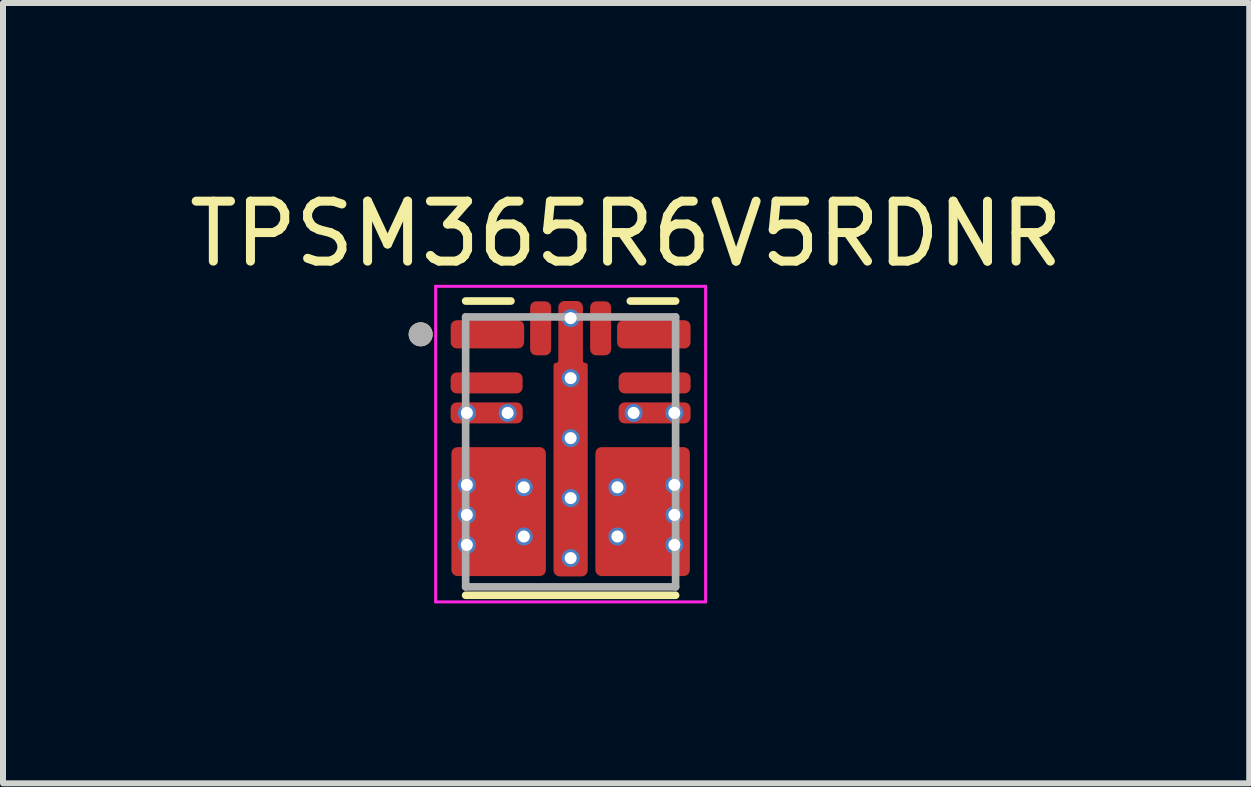
<source format=kicad_pcb>
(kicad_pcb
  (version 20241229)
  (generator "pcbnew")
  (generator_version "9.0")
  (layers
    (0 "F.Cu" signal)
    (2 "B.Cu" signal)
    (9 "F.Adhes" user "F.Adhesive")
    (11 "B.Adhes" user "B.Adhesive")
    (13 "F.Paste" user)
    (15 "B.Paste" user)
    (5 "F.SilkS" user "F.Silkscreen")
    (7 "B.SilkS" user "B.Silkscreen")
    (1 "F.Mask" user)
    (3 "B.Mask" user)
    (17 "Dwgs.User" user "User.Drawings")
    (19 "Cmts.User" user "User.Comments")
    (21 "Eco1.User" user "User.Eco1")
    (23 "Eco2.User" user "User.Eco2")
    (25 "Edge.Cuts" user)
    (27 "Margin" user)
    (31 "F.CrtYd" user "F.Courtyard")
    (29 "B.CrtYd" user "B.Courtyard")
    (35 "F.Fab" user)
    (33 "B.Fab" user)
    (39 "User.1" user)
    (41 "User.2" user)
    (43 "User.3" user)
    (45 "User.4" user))
  (footprint "TPSM365R6V5RDNR"
    (layer "F.Cu")
    (at 6.462 4.483)
    (property "Reference" "TPSM365R6V5RDNR" (at 0.925 -3.635 0) (layer "F.SilkS") (effects (font (size 1 1) (thickness 0.15))))
    (attr through_hole)
    (fp_poly (pts (xy -1.95 -2.095) (xy -1.95 -1.825) (xy -1.95 -1.822) (xy -1.95 -1.82) (xy -1.949 -1.817) (xy -1.949 -1.815) (xy -1.948 -1.812) (xy -1.948 -1.81) (xy -1.947 -1.807) (xy -1.946 -1.805) (xy -1.945 -1.802) (xy -1.943 -1.8) (xy -1.942 -1.798) (xy -1.94 -1.796) (xy -1.939 -1.794) (xy -1.937 -1.792) (xy -1.935 -1.79) (xy -1.933 -1.788) (xy -1.931 -1.786) (xy -1.929 -1.785) (xy -1.927 -1.783) (xy -1.925 -1.782) (xy -1.923 -1.78) (xy -1.92 -1.779) (xy -1.918 -1.778) (xy -1.915 -1.777) (xy -1.913 -1.777) (xy -1.91 -1.776) (xy -1.908 -1.776) (xy -1.905 -1.775) (xy -1.903 -1.775) (xy -1.9 -1.775) (xy -0.875 -1.775) (xy -0.872 -1.775) (xy -0.87 -1.775) (xy -0.867 -1.776) (xy -0.865 -1.776) (xy -0.862 -1.777) (xy -0.86 -1.777) (xy -0.857 -1.778) (xy -0.855 -1.779) (xy -0.852 -1.78) (xy -0.85 -1.782) (xy -0.848 -1.783) (xy -0.846 -1.785) (xy -0.844 -1.786) (xy -0.842 -1.788) (xy -0.84 -1.79) (xy -0.838 -1.792) (xy -0.836 -1.794) (xy -0.835 -1.796) (xy -0.833 -1.798) (xy -0.832 -1.8) (xy -0.83 -1.802) (xy -0.829 -1.805) (xy -0.828 -1.807) (xy -0.827 -1.81) (xy -0.827 -1.812) (xy -0.826 -1.815) (xy -0.826 -1.817) (xy -0.825 -1.82) (xy -0.825 -1.822) (xy -0.825 -1.825) (xy -0.825 -2.095) (xy -0.825 -2.098) (xy -0.825 -2.1) (xy -0.826 -2.103) (xy -0.826 -2.105) (xy -0.827 -2.108) (xy -0.827 -2.11) (xy -0.828 -2.113) (xy -0.829 -2.115) (xy -0.83 -2.118) (xy -0.832 -2.12) (xy -0.833 -2.122) (xy -0.835 -2.124) (xy -0.836 -2.126) (xy -0.838 -2.128) (xy -0.84 -2.13) (xy -0.842 -2.132) (xy -0.844 -2.134) (xy -0.846 -2.135) (xy -0.848 -2.137) (xy -0.85 -2.138) (xy -0.852 -2.14) (xy -0.855 -2.141) (xy -0.857 -2.142) (xy -0.86 -2.143) (xy -0.862 -2.143) (xy -0.865 -2.144) (xy -0.867 -2.144) (xy -0.87 -2.145) (xy -0.872 -2.145) (xy -0.875 -2.145) (xy -1.9 -2.145) (xy -1.903 -2.145) (xy -1.905 -2.145) (xy -1.908 -2.144) (xy -1.91 -2.144) (xy -1.913 -2.143) (xy -1.915 -2.143) (xy -1.918 -2.142) (xy -1.92 -2.141) (xy -1.923 -2.14) (xy -1.925 -2.138) (xy -1.927 -2.137) (xy -1.929 -2.135) (xy -1.931 -2.134) (xy -1.933 -2.132) (xy -1.935 -2.13) (xy -1.937 -2.128) (xy -1.939 -2.126) (xy -1.94 -2.124) (xy -1.942 -2.122) (xy -1.943 -2.12) (xy -1.945 -2.118) (xy -1.946 -2.115) (xy -1.947 -2.113) (xy -1.948 -2.11) (xy -1.948 -2.108) (xy -1.949 -2.105) (xy -1.949 -2.103) (xy -1.95 -2.1) (xy -1.95 -2.098) (xy -1.95 -2.095)) (stroke (width 0.01) (type solid)) (fill yes) (layer "F.Mask"))
    (fp_poly (pts (xy -1.95 -0.725) (xy -1.95 -0.575) (xy -1.95 -0.572) (xy -1.95 -0.57) (xy -1.949 -0.567) (xy -1.949 -0.565) (xy -1.948 -0.562) (xy -1.948 -0.56) (xy -1.947 -0.557) (xy -1.946 -0.555) (xy -1.945 -0.552) (xy -1.943 -0.55) (xy -1.942 -0.548) (xy -1.94 -0.546) (xy -1.939 -0.544) (xy -1.937 -0.542) (xy -1.935 -0.54) (xy -1.933 -0.538) (xy -1.931 -0.536) (xy -1.929 -0.535) (xy -1.927 -0.533) (xy -1.925 -0.532) (xy -1.923 -0.53) (xy -1.92 -0.529) (xy -1.918 -0.528) (xy -1.915 -0.527) (xy -1.913 -0.527) (xy -1.91 -0.526) (xy -1.908 -0.526) (xy -1.905 -0.525) (xy -1.903 -0.525) (xy -1.9 -0.525) (xy -0.9 -0.525) (xy -0.897 -0.525) (xy -0.895 -0.525) (xy -0.892 -0.526) (xy -0.89 -0.526) (xy -0.887 -0.527) (xy -0.885 -0.527) (xy -0.882 -0.528) (xy -0.88 -0.529) (xy -0.877 -0.53) (xy -0.875 -0.532) (xy -0.873 -0.533) (xy -0.871 -0.535) (xy -0.869 -0.536) (xy -0.867 -0.538) (xy -0.865 -0.54) (xy -0.863 -0.542) (xy -0.861 -0.544) (xy -0.86 -0.546) (xy -0.858 -0.548) (xy -0.857 -0.55) (xy -0.855 -0.552) (xy -0.854 -0.555) (xy -0.853 -0.557) (xy -0.852 -0.56) (xy -0.852 -0.562) (xy -0.851 -0.565) (xy -0.851 -0.567) (xy -0.85 -0.57) (xy -0.85 -0.572) (xy -0.85 -0.575) (xy -0.85 -0.725) (xy -0.85 -0.728) (xy -0.85 -0.73) (xy -0.851 -0.733) (xy -0.851 -0.735) (xy -0.852 -0.738) (xy -0.852 -0.74) (xy -0.853 -0.743) (xy -0.854 -0.745) (xy -0.855 -0.748) (xy -0.857 -0.75) (xy -0.858 -0.752) (xy -0.86 -0.754) (xy -0.861 -0.756) (xy -0.863 -0.758) (xy -0.865 -0.76) (xy -0.867 -0.762) (xy -0.869 -0.764) (xy -0.871 -0.765) (xy -0.873 -0.767) (xy -0.875 -0.768) (xy -0.877 -0.77) (xy -0.88 -0.771) (xy -0.882 -0.772) (xy -0.885 -0.773) (xy -0.887 -0.773) (xy -0.89 -0.774) (xy -0.892 -0.774) (xy -0.895 -0.775) (xy -0.897 -0.775) (xy -0.9 -0.775) (xy -1.9 -0.775) (xy -1.903 -0.775) (xy -1.905 -0.775) (xy -1.908 -0.774) (xy -1.91 -0.774) (xy -1.913 -0.773) (xy -1.915 -0.773) (xy -1.918 -0.772) (xy -1.92 -0.771) (xy -1.923 -0.77) (xy -1.925 -0.768) (xy -1.927 -0.767) (xy -1.929 -0.765) (xy -1.931 -0.764) (xy -1.933 -0.762) (xy -1.935 -0.76) (xy -1.937 -0.758) (xy -1.939 -0.756) (xy -1.94 -0.754) (xy -1.942 -0.752) (xy -1.943 -0.75) (xy -1.945 -0.748) (xy -1.946 -0.745) (xy -1.947 -0.743) (xy -1.948 -0.74) (xy -1.948 -0.738) (xy -1.949 -0.735) (xy -1.949 -0.733) (xy -1.95 -0.73) (xy -1.95 -0.728) (xy -1.95 -0.725)) (stroke (width 0.01) (type solid)) (fill yes) (layer "F.Mask"))
    (fp_poly (pts (xy -1.9 -1.025) (xy -1.903 -1.025) (xy -1.905 -1.025) (xy -1.908 -1.026) (xy -1.91 -1.026) (xy -1.913 -1.027) (xy -1.915 -1.027) (xy -1.918 -1.028) (xy -1.92 -1.029) (xy -1.923 -1.03) (xy -1.925 -1.032) (xy -1.927 -1.033) (xy -1.929 -1.035) (xy -1.931 -1.036) (xy -1.933 -1.038) (xy -1.935 -1.04) (xy -1.937 -1.042) (xy -1.939 -1.044) (xy -1.94 -1.046) (xy -1.942 -1.048) (xy -1.943 -1.05) (xy -1.945 -1.052) (xy -1.946 -1.055) (xy -1.947 -1.057) (xy -1.948 -1.06) (xy -1.948 -1.062) (xy -1.949 -1.065) (xy -1.949 -1.067) (xy -1.95 -1.07) (xy -1.95 -1.072) (xy -1.95 -1.075) (xy -1.95 -1.225) (xy -1.95 -1.228) (xy -1.95 -1.23) (xy -1.949 -1.233) (xy -1.949 -1.235) (xy -1.948 -1.238) (xy -1.948 -1.24) (xy -1.947 -1.243) (xy -1.946 -1.245) (xy -1.945 -1.248) (xy -1.943 -1.25) (xy -1.942 -1.252) (xy -1.94 -1.254) (xy -1.939 -1.256) (xy -1.937 -1.258) (xy -1.935 -1.26) (xy -1.933 -1.262) (xy -1.931 -1.264) (xy -1.929 -1.265) (xy -1.927 -1.267) (xy -1.925 -1.268) (xy -1.923 -1.27) (xy -1.92 -1.271) (xy -1.918 -1.272) (xy -1.915 -1.273) (xy -1.913 -1.273) (xy -1.91 -1.274) (xy -1.908 -1.274) (xy -1.905 -1.275) (xy -1.903 -1.275) (xy -1.9 -1.275) (xy -0.9 -1.275) (xy -0.897 -1.275) (xy -0.895 -1.275) (xy -0.892 -1.274) (xy -0.89 -1.274) (xy -0.887 -1.273) (xy -0.885 -1.273) (xy -0.882 -1.272) (xy -0.88 -1.271) (xy -0.877 -1.27) (xy -0.875 -1.268) (xy -0.873 -1.267) (xy -0.871 -1.265) (xy -0.869 -1.264) (xy -0.867 -1.262) (xy -0.865 -1.26) (xy -0.863 -1.258) (xy -0.861 -1.256) (xy -0.86 -1.254) (xy -0.858 -1.252) (xy -0.857 -1.25) (xy -0.855 -1.248) (xy -0.854 -1.245) (xy -0.853 -1.243) (xy -0.852 -1.24) (xy -0.852 -1.238) (xy -0.851 -1.235) (xy -0.851 -1.233) (xy -0.85 -1.23) (xy -0.85 -1.228) (xy -0.85 -1.225) (xy -0.85 -1.075) (xy -0.85 -1.072) (xy -0.85 -1.07) (xy -0.851 -1.067) (xy -0.851 -1.065) (xy -0.852 -1.062) (xy -0.852 -1.06) (xy -0.853 -1.057) (xy -0.854 -1.055) (xy -0.855 -1.052) (xy -0.857 -1.05) (xy -0.858 -1.048) (xy -0.86 -1.046) (xy -0.861 -1.044) (xy -0.863 -1.042) (xy -0.865 -1.04) (xy -0.867 -1.038) (xy -0.869 -1.036) (xy -0.871 -1.035) (xy -0.873 -1.033) (xy -0.875 -1.032) (xy -0.877 -1.03) (xy -0.88 -1.029) (xy -0.882 -1.028) (xy -0.885 -1.027) (xy -0.887 -1.027) (xy -0.89 -1.026) (xy -0.892 -1.026) (xy -0.895 -1.025) (xy -0.897 -1.025) (xy -0.9 -1.025) (xy -1.9 -1.025)) (stroke (width 0.01) (type solid)) (fill yes) (layer "F.Mask"))
    (fp_poly (pts (xy -0.575 -1.66) (xy -0.578 -1.66) (xy -0.58 -1.66) (xy -0.583 -1.661) (xy -0.585 -1.661) (xy -0.588 -1.662) (xy -0.59 -1.662) (xy -0.593 -1.663) (xy -0.595 -1.664) (xy -0.598 -1.665) (xy -0.6 -1.667) (xy -0.602 -1.668) (xy -0.604 -1.67) (xy -0.606 -1.671) (xy -0.608 -1.673) (xy -0.61 -1.675) (xy -0.612 -1.677) (xy -0.614 -1.679) (xy -0.615 -1.681) (xy -0.617 -1.683) (xy -0.618 -1.685) (xy -0.62 -1.687) (xy -0.621 -1.69) (xy -0.622 -1.692) (xy -0.623 -1.695) (xy -0.623 -1.697) (xy -0.624 -1.7) (xy -0.624 -1.702) (xy -0.625 -1.705) (xy -0.625 -1.707) (xy -0.625 -1.71) (xy -0.625 -2.41) (xy -0.625 -2.413) (xy -0.625 -2.415) (xy -0.624 -2.418) (xy -0.624 -2.42) (xy -0.623 -2.423) (xy -0.623 -2.425) (xy -0.622 -2.428) (xy -0.621 -2.43) (xy -0.62 -2.433) (xy -0.618 -2.435) (xy -0.617 -2.437) (xy -0.615 -2.439) (xy -0.614 -2.441) (xy -0.612 -2.443) (xy -0.61 -2.445) (xy -0.608 -2.447) (xy -0.606 -2.449) (xy -0.604 -2.45) (xy -0.602 -2.452) (xy -0.6 -2.453) (xy -0.598 -2.455) (xy -0.595 -2.456) (xy -0.593 -2.457) (xy -0.59 -2.458) (xy -0.588 -2.458) (xy -0.585 -2.459) (xy -0.583 -2.459) (xy -0.58 -2.46) (xy -0.578 -2.46) (xy -0.575 -2.46) (xy -0.425 -2.46) (xy -0.422 -2.46) (xy -0.42 -2.46) (xy -0.417 -2.459) (xy -0.415 -2.459) (xy -0.412 -2.458) (xy -0.41 -2.458) (xy -0.407 -2.457) (xy -0.405 -2.456) (xy -0.402 -2.455) (xy -0.4 -2.453) (xy -0.398 -2.452) (xy -0.396 -2.45) (xy -0.394 -2.449) (xy -0.392 -2.447) (xy -0.39 -2.445) (xy -0.388 -2.443) (xy -0.386 -2.441) (xy -0.385 -2.439) (xy -0.383 -2.437) (xy -0.382 -2.435) (xy -0.38 -2.433) (xy -0.379 -2.43) (xy -0.378 -2.428) (xy -0.377 -2.425) (xy -0.377 -2.423) (xy -0.376 -2.42) (xy -0.376 -2.418) (xy -0.375 -2.415) (xy -0.375 -2.413) (xy -0.375 -2.41) (xy -0.375 -1.71) (xy -0.375 -1.707) (xy -0.375 -1.705) (xy -0.376 -1.702) (xy -0.376 -1.7) (xy -0.377 -1.697) (xy -0.377 -1.695) (xy -0.378 -1.692) (xy -0.379 -1.69) (xy -0.38 -1.687) (xy -0.382 -1.685) (xy -0.383 -1.683) (xy -0.385 -1.681) (xy -0.386 -1.679) (xy -0.388 -1.677) (xy -0.39 -1.675) (xy -0.392 -1.673) (xy -0.394 -1.671) (xy -0.396 -1.67) (xy -0.398 -1.668) (xy -0.4 -1.667) (xy -0.402 -1.665) (xy -0.405 -1.664) (xy -0.407 -1.663) (xy -0.41 -1.662) (xy -0.412 -1.662) (xy -0.415 -1.661) (xy -0.417 -1.661) (xy -0.42 -1.66) (xy -0.422 -1.66) (xy -0.425 -1.66) (xy -0.575 -1.66)) (stroke (width 0.01) (type solid)) (fill yes) (layer "F.Mask"))
    (fp_poly (pts (xy -0.1 -0.94) (xy -0.103 -0.94) (xy -0.105 -0.94) (xy -0.108 -0.941) (xy -0.11 -0.941) (xy -0.113 -0.942) (xy -0.115 -0.942) (xy -0.118 -0.943) (xy -0.12 -0.944) (xy -0.123 -0.945) (xy -0.125 -0.947) (xy -0.127 -0.948) (xy -0.129 -0.95) (xy -0.131 -0.951) (xy -0.133 -0.953) (xy -0.135 -0.955) (xy -0.137 -0.957) (xy -0.139 -0.959) (xy -0.14 -0.961) (xy -0.142 -0.963) (xy -0.143 -0.965) (xy -0.145 -0.967) (xy -0.146 -0.97) (xy -0.147 -0.972) (xy -0.148 -0.975) (xy -0.148 -0.977) (xy -0.149 -0.98) (xy -0.149 -0.982) (xy -0.15 -0.985) (xy -0.15 -0.987) (xy -0.15 -0.99) (xy -0.15 -2.41) (xy -0.15 -2.413) (xy -0.15 -2.415) (xy -0.149 -2.418) (xy -0.149 -2.42) (xy -0.148 -2.423) (xy -0.148 -2.425) (xy -0.147 -2.428) (xy -0.146 -2.43) (xy -0.145 -2.433) (xy -0.143 -2.435) (xy -0.142 -2.437) (xy -0.14 -2.439) (xy -0.139 -2.441) (xy -0.137 -2.443) (xy -0.135 -2.445) (xy -0.133 -2.447) (xy -0.131 -2.449) (xy -0.129 -2.45) (xy -0.127 -2.452) (xy -0.125 -2.453) (xy -0.123 -2.455) (xy -0.12 -2.456) (xy -0.118 -2.457) (xy -0.115 -2.458) (xy -0.113 -2.458) (xy -0.11 -2.459) (xy -0.108 -2.459) (xy -0.105 -2.46) (xy -0.103 -2.46) (xy -0.1 -2.46) (xy 0.1 -2.46) (xy 0.103 -2.46) (xy 0.105 -2.46) (xy 0.108 -2.459) (xy 0.11 -2.459) (xy 0.113 -2.458) (xy 0.115 -2.458) (xy 0.118 -2.457) (xy 0.12 -2.456) (xy 0.123 -2.455) (xy 0.125 -2.453) (xy 0.127 -2.452) (xy 0.129 -2.45) (xy 0.131 -2.449) (xy 0.133 -2.447) (xy 0.135 -2.445) (xy 0.137 -2.443) (xy 0.139 -2.441) (xy 0.14 -2.439) (xy 0.142 -2.437) (xy 0.143 -2.435) (xy 0.145 -2.433) (xy 0.146 -2.43) (xy 0.147 -2.428) (xy 0.148 -2.425) (xy 0.148 -2.423) (xy 0.149 -2.42) (xy 0.149 -2.418) (xy 0.15 -2.415) (xy 0.15 -2.413) (xy 0.15 -2.41) (xy 0.15 -0.99) (xy 0.15 -0.987) (xy 0.15 -0.985) (xy 0.149 -0.982) (xy 0.149 -0.98) (xy 0.148 -0.977) (xy 0.148 -0.975) (xy 0.147 -0.972) (xy 0.146 -0.97) (xy 0.145 -0.967) (xy 0.143 -0.965) (xy 0.142 -0.963) (xy 0.14 -0.961) (xy 0.139 -0.959) (xy 0.137 -0.957) (xy 0.135 -0.955) (xy 0.133 -0.953) (xy 0.131 -0.951) (xy 0.129 -0.95) (xy 0.127 -0.948) (xy 0.125 -0.947) (xy 0.123 -0.945) (xy 0.12 -0.944) (xy 0.118 -0.943) (xy 0.115 -0.942) (xy 0.113 -0.942) (xy 0.11 -0.941) (xy 0.108 -0.941) (xy 0.105 -0.94) (xy 0.103 -0.94) (xy 0.1 -0.94) (xy -0.1 -0.94)) (stroke (width 0.01) (type solid)) (fill yes) (layer "F.Mask"))
    (fp_poly (pts (xy 0.575 -1.66) (xy 0.578 -1.66) (xy 0.58 -1.66) (xy 0.583 -1.661) (xy 0.585 -1.661) (xy 0.588 -1.662) (xy 0.59 -1.662) (xy 0.593 -1.663) (xy 0.595 -1.664) (xy 0.598 -1.665) (xy 0.6 -1.667) (xy 0.602 -1.668) (xy 0.604 -1.67) (xy 0.606 -1.671) (xy 0.608 -1.673) (xy 0.61 -1.675) (xy 0.612 -1.677) (xy 0.614 -1.679) (xy 0.615 -1.681) (xy 0.617 -1.683) (xy 0.618 -1.685) (xy 0.62 -1.687) (xy 0.621 -1.69) (xy 0.622 -1.692) (xy 0.623 -1.695) (xy 0.623 -1.697) (xy 0.624 -1.7) (xy 0.624 -1.702) (xy 0.625 -1.705) (xy 0.625 -1.707) (xy 0.625 -1.71) (xy 0.625 -2.41) (xy 0.625 -2.413) (xy 0.625 -2.415) (xy 0.624 -2.418) (xy 0.624 -2.42) (xy 0.623 -2.423) (xy 0.623 -2.425) (xy 0.622 -2.428) (xy 0.621 -2.43) (xy 0.62 -2.433) (xy 0.618 -2.435) (xy 0.617 -2.437) (xy 0.615 -2.439) (xy 0.614 -2.441) (xy 0.612 -2.443) (xy 0.61 -2.445) (xy 0.608 -2.447) (xy 0.606 -2.449) (xy 0.604 -2.45) (xy 0.602 -2.452) (xy 0.6 -2.453) (xy 0.598 -2.455) (xy 0.595 -2.456) (xy 0.593 -2.457) (xy 0.59 -2.458) (xy 0.588 -2.458) (xy 0.585 -2.459) (xy 0.583 -2.459) (xy 0.58 -2.46) (xy 0.578 -2.46) (xy 0.575 -2.46) (xy 0.425 -2.46) (xy 0.422 -2.46) (xy 0.42 -2.46) (xy 0.417 -2.459) (xy 0.415 -2.459) (xy 0.412 -2.458) (xy 0.41 -2.458) (xy 0.407 -2.457) (xy 0.405 -2.456) (xy 0.402 -2.455) (xy 0.4 -2.453) (xy 0.398 -2.452) (xy 0.396 -2.45) (xy 0.394 -2.449) (xy 0.392 -2.447) (xy 0.39 -2.445) (xy 0.388 -2.443) (xy 0.386 -2.441) (xy 0.385 -2.439) (xy 0.383 -2.437) (xy 0.382 -2.435) (xy 0.38 -2.433) (xy 0.379 -2.43) (xy 0.378 -2.428) (xy 0.377 -2.425) (xy 0.377 -2.423) (xy 0.376 -2.42) (xy 0.376 -2.418) (xy 0.375 -2.415) (xy 0.375 -2.413) (xy 0.375 -2.41) (xy 0.375 -1.71) (xy 0.375 -1.707) (xy 0.375 -1.705) (xy 0.376 -1.702) (xy 0.376 -1.7) (xy 0.377 -1.697) (xy 0.377 -1.695) (xy 0.378 -1.692) (xy 0.379 -1.69) (xy 0.38 -1.687) (xy 0.382 -1.685) (xy 0.383 -1.683) (xy 0.385 -1.681) (xy 0.386 -1.679) (xy 0.388 -1.677) (xy 0.39 -1.675) (xy 0.392 -1.673) (xy 0.394 -1.671) (xy 0.396 -1.67) (xy 0.398 -1.668) (xy 0.4 -1.667) (xy 0.402 -1.665) (xy 0.405 -1.664) (xy 0.407 -1.663) (xy 0.41 -1.662) (xy 0.412 -1.662) (xy 0.415 -1.661) (xy 0.417 -1.661) (xy 0.42 -1.66) (xy 0.422 -1.66) (xy 0.425 -1.66) (xy 0.575 -1.66)) (stroke (width 0.01) (type solid)) (fill yes) (layer "F.Mask"))
    (fp_poly (pts (xy 1.9 -1.025) (xy 1.903 -1.025) (xy 1.905 -1.025) (xy 1.908 -1.026) (xy 1.91 -1.026) (xy 1.913 -1.027) (xy 1.915 -1.027) (xy 1.918 -1.028) (xy 1.92 -1.029) (xy 1.923 -1.03) (xy 1.925 -1.032) (xy 1.927 -1.033) (xy 1.929 -1.035) (xy 1.931 -1.036) (xy 1.933 -1.038) (xy 1.935 -1.04) (xy 1.937 -1.042) (xy 1.939 -1.044) (xy 1.94 -1.046) (xy 1.942 -1.048) (xy 1.943 -1.05) (xy 1.945 -1.052) (xy 1.946 -1.055) (xy 1.947 -1.057) (xy 1.948 -1.06) (xy 1.948 -1.062) (xy 1.949 -1.065) (xy 1.949 -1.067) (xy 1.95 -1.07) (xy 1.95 -1.072) (xy 1.95 -1.075) (xy 1.95 -1.225) (xy 1.95 -1.228) (xy 1.95 -1.23) (xy 1.949 -1.233) (xy 1.949 -1.235) (xy 1.948 -1.238) (xy 1.948 -1.24) (xy 1.947 -1.243) (xy 1.946 -1.245) (xy 1.945 -1.248) (xy 1.943 -1.25) (xy 1.942 -1.252) (xy 1.94 -1.254) (xy 1.939 -1.256) (xy 1.937 -1.258) (xy 1.935 -1.26) (xy 1.933 -1.262) (xy 1.931 -1.264) (xy 1.929 -1.265) (xy 1.927 -1.267) (xy 1.925 -1.268) (xy 1.923 -1.27) (xy 1.92 -1.271) (xy 1.918 -1.272) (xy 1.915 -1.273) (xy 1.913 -1.273) (xy 1.91 -1.274) (xy 1.908 -1.274) (xy 1.905 -1.275) (xy 1.903 -1.275) (xy 1.9 -1.275) (xy 0.9 -1.275) (xy 0.897 -1.275) (xy 0.895 -1.275) (xy 0.892 -1.274) (xy 0.89 -1.274) (xy 0.887 -1.273) (xy 0.885 -1.273) (xy 0.882 -1.272) (xy 0.88 -1.271) (xy 0.877 -1.27) (xy 0.875 -1.268) (xy 0.873 -1.267) (xy 0.871 -1.265) (xy 0.869 -1.264) (xy 0.867 -1.262) (xy 0.865 -1.26) (xy 0.863 -1.258) (xy 0.861 -1.256) (xy 0.86 -1.254) (xy 0.858 -1.252) (xy 0.857 -1.25) (xy 0.855 -1.248) (xy 0.854 -1.245) (xy 0.853 -1.243) (xy 0.852 -1.24) (xy 0.852 -1.238) (xy 0.851 -1.235) (xy 0.851 -1.233) (xy 0.85 -1.23) (xy 0.85 -1.228) (xy 0.85 -1.225) (xy 0.85 -1.075) (xy 0.85 -1.072) (xy 0.85 -1.07) (xy 0.851 -1.067) (xy 0.851 -1.065) (xy 0.852 -1.062) (xy 0.852 -1.06) (xy 0.853 -1.057) (xy 0.854 -1.055) (xy 0.855 -1.052) (xy 0.857 -1.05) (xy 0.858 -1.048) (xy 0.86 -1.046) (xy 0.861 -1.044) (xy 0.863 -1.042) (xy 0.865 -1.04) (xy 0.867 -1.038) (xy 0.869 -1.036) (xy 0.871 -1.035) (xy 0.873 -1.033) (xy 0.875 -1.032) (xy 0.877 -1.03) (xy 0.88 -1.029) (xy 0.882 -1.028) (xy 0.885 -1.027) (xy 0.887 -1.027) (xy 0.89 -1.026) (xy 0.892 -1.026) (xy 0.895 -1.025) (xy 0.897 -1.025) (xy 0.9 -1.025) (xy 1.9 -1.025)) (stroke (width 0.01) (type solid)) (fill yes) (layer "F.Mask"))
    (fp_poly (pts (xy 1.95 -2.095) (xy 1.95 -1.825) (xy 1.95 -1.822) (xy 1.95 -1.82) (xy 1.949 -1.817) (xy 1.949 -1.815) (xy 1.948 -1.812) (xy 1.948 -1.81) (xy 1.947 -1.807) (xy 1.946 -1.805) (xy 1.945 -1.802) (xy 1.943 -1.8) (xy 1.942 -1.798) (xy 1.94 -1.796) (xy 1.939 -1.794) (xy 1.937 -1.792) (xy 1.935 -1.79) (xy 1.933 -1.788) (xy 1.931 -1.786) (xy 1.929 -1.785) (xy 1.927 -1.783) (xy 1.925 -1.782) (xy 1.923 -1.78) (xy 1.92 -1.779) (xy 1.918 -1.778) (xy 1.915 -1.777) (xy 1.913 -1.777) (xy 1.91 -1.776) (xy 1.908 -1.776) (xy 1.905 -1.775) (xy 1.903 -1.775) (xy 1.9 -1.775) (xy 0.875 -1.775) (xy 0.872 -1.775) (xy 0.87 -1.775) (xy 0.867 -1.776) (xy 0.865 -1.776) (xy 0.862 -1.777) (xy 0.86 -1.777) (xy 0.857 -1.778) (xy 0.855 -1.779) (xy 0.852 -1.78) (xy 0.85 -1.782) (xy 0.848 -1.783) (xy 0.846 -1.785) (xy 0.844 -1.786) (xy 0.842 -1.788) (xy 0.84 -1.79) (xy 0.838 -1.792) (xy 0.836 -1.794) (xy 0.835 -1.796) (xy 0.833 -1.798) (xy 0.832 -1.8) (xy 0.83 -1.802) (xy 0.829 -1.805) (xy 0.828 -1.807) (xy 0.827 -1.81) (xy 0.827 -1.812) (xy 0.826 -1.815) (xy 0.826 -1.817) (xy 0.825 -1.82) (xy 0.825 -1.822) (xy 0.825 -1.825) (xy 0.825 -2.095) (xy 0.825 -2.098) (xy 0.825 -2.1) (xy 0.826 -2.103) (xy 0.826 -2.105) (xy 0.827 -2.108) (xy 0.827 -2.11) (xy 0.828 -2.113) (xy 0.829 -2.115) (xy 0.83 -2.118) (xy 0.832 -2.12) (xy 0.833 -2.122) (xy 0.835 -2.124) (xy 0.836 -2.126) (xy 0.838 -2.128) (xy 0.84 -2.13) (xy 0.842 -2.132) (xy 0.844 -2.134) (xy 0.846 -2.135) (xy 0.848 -2.137) (xy 0.85 -2.138) (xy 0.852 -2.14) (xy 0.855 -2.141) (xy 0.857 -2.142) (xy 0.86 -2.143) (xy 0.862 -2.143) (xy 0.865 -2.144) (xy 0.867 -2.144) (xy 0.87 -2.145) (xy 0.872 -2.145) (xy 0.875 -2.145) (xy 1.9 -2.145) (xy 1.903 -2.145) (xy 1.905 -2.145) (xy 1.908 -2.144) (xy 1.91 -2.144) (xy 1.913 -2.143) (xy 1.915 -2.143) (xy 1.918 -2.142) (xy 1.92 -2.141) (xy 1.923 -2.14) (xy 1.925 -2.138) (xy 1.927 -2.137) (xy 1.929 -2.135) (xy 1.931 -2.134) (xy 1.933 -2.132) (xy 1.935 -2.13) (xy 1.937 -2.128) (xy 1.939 -2.126) (xy 1.94 -2.124) (xy 1.942 -2.122) (xy 1.943 -2.12) (xy 1.945 -2.118) (xy 1.946 -2.115) (xy 1.947 -2.113) (xy 1.948 -2.11) (xy 1.948 -2.108) (xy 1.949 -2.105) (xy 1.949 -2.103) (xy 1.95 -2.1) (xy 1.95 -2.098) (xy 1.95 -2.095)) (stroke (width 0.01) (type solid)) (fill yes) (layer "F.Mask"))
    (fp_poly (pts (xy 1.95 -0.725) (xy 1.95 -0.575) (xy 1.95 -0.572) (xy 1.95 -0.57) (xy 1.949 -0.567) (xy 1.949 -0.565) (xy 1.948 -0.562) (xy 1.948 -0.56) (xy 1.947 -0.557) (xy 1.946 -0.555) (xy 1.945 -0.552) (xy 1.943 -0.55) (xy 1.942 -0.548) (xy 1.94 -0.546) (xy 1.939 -0.544) (xy 1.937 -0.542) (xy 1.935 -0.54) (xy 1.933 -0.538) (xy 1.931 -0.536) (xy 1.929 -0.535) (xy 1.927 -0.533) (xy 1.925 -0.532) (xy 1.923 -0.53) (xy 1.92 -0.529) (xy 1.918 -0.528) (xy 1.915 -0.527) (xy 1.913 -0.527) (xy 1.91 -0.526) (xy 1.908 -0.526) (xy 1.905 -0.525) (xy 1.903 -0.525) (xy 1.9 -0.525) (xy 0.9 -0.525) (xy 0.897 -0.525) (xy 0.895 -0.525) (xy 0.892 -0.526) (xy 0.89 -0.526) (xy 0.887 -0.527) (xy 0.885 -0.527) (xy 0.882 -0.528) (xy 0.88 -0.529) (xy 0.877 -0.53) (xy 0.875 -0.532) (xy 0.873 -0.533) (xy 0.871 -0.535) (xy 0.869 -0.536) (xy 0.867 -0.538) (xy 0.865 -0.54) (xy 0.863 -0.542) (xy 0.861 -0.544) (xy 0.86 -0.546) (xy 0.858 -0.548) (xy 0.857 -0.55) (xy 0.855 -0.552) (xy 0.854 -0.555) (xy 0.853 -0.557) (xy 0.852 -0.56) (xy 0.852 -0.562) (xy 0.851 -0.565) (xy 0.851 -0.567) (xy 0.85 -0.57) (xy 0.85 -0.572) (xy 0.85 -0.575) (xy 0.85 -0.725) (xy 0.85 -0.728) (xy 0.85 -0.73) (xy 0.851 -0.733) (xy 0.851 -0.735) (xy 0.852 -0.738) (xy 0.852 -0.74) (xy 0.853 -0.743) (xy 0.854 -0.745) (xy 0.855 -0.748) (xy 0.857 -0.75) (xy 0.858 -0.752) (xy 0.86 -0.754) (xy 0.861 -0.756) (xy 0.863 -0.758) (xy 0.865 -0.76) (xy 0.867 -0.762) (xy 0.869 -0.764) (xy 0.871 -0.765) (xy 0.873 -0.767) (xy 0.875 -0.768) (xy 0.877 -0.77) (xy 0.88 -0.771) (xy 0.882 -0.772) (xy 0.885 -0.773) (xy 0.887 -0.773) (xy 0.89 -0.774) (xy 0.892 -0.774) (xy 0.895 -0.775) (xy 0.897 -0.775) (xy 0.9 -0.775) (xy 1.9 -0.775) (xy 1.903 -0.775) (xy 1.905 -0.775) (xy 1.908 -0.774) (xy 1.91 -0.774) (xy 1.913 -0.773) (xy 1.915 -0.773) (xy 1.918 -0.772) (xy 1.92 -0.771) (xy 1.923 -0.77) (xy 1.925 -0.768) (xy 1.927 -0.767) (xy 1.929 -0.765) (xy 1.931 -0.764) (xy 1.933 -0.762) (xy 1.935 -0.76) (xy 1.937 -0.758) (xy 1.939 -0.756) (xy 1.94 -0.754) (xy 1.942 -0.752) (xy 1.943 -0.75) (xy 1.945 -0.748) (xy 1.946 -0.745) (xy 1.947 -0.743) (xy 1.948 -0.74) (xy 1.948 -0.738) (xy 1.949 -0.735) (xy 1.949 -0.733) (xy 1.95 -0.73) (xy 1.95 -0.728) (xy 1.95 -0.725)) (stroke (width 0.01) (type solid)) (fill yes) (layer "F.Mask"))
    (fp_poly (pts (xy -1.95 1.72) (xy -1.95 1.87) (xy -1.95 1.873) (xy -1.95 1.875) (xy -1.949 1.878) (xy -1.949 1.88) (xy -1.948 1.883) (xy -1.948 1.885) (xy -1.947 1.888) (xy -1.946 1.89) (xy -1.945 1.893) (xy -1.943 1.895) (xy -1.942 1.897) (xy -1.94 1.899) (xy -1.939 1.901) (xy -1.937 1.903) (xy -1.935 1.905) (xy -1.933 1.907) (xy -1.931 1.909) (xy -1.929 1.91) (xy -1.927 1.912) (xy -1.925 1.913) (xy -1.923 1.915) (xy -1.92 1.916) (xy -1.918 1.917) (xy -1.915 1.918) (xy -1.913 1.918) (xy -1.91 1.919) (xy -1.908 1.919) (xy -1.905 1.92) (xy -1.903 1.92) (xy -1.9 1.92) (xy -1.625 1.92) (xy -1.622 1.92) (xy -1.62 1.92) (xy -1.617 1.921) (xy -1.615 1.921) (xy -1.612 1.922) (xy -1.61 1.922) (xy -1.607 1.923) (xy -1.605 1.924) (xy -1.602 1.925) (xy -1.6 1.927) (xy -1.598 1.928) (xy -1.596 1.93) (xy -1.594 1.931) (xy -1.592 1.933) (xy -1.59 1.935) (xy -1.588 1.937) (xy -1.586 1.939) (xy -1.585 1.941) (xy -1.583 1.943) (xy -1.582 1.945) (xy -1.58 1.947) (xy -1.579 1.95) (xy -1.578 1.952) (xy -1.577 1.955) (xy -1.577 1.957) (xy -1.576 1.96) (xy -1.576 1.962) (xy -1.575 1.965) (xy -1.575 1.967) (xy -1.575 1.97) (xy -1.575 1.973) (xy -1.575 1.975) (xy -1.574 1.978) (xy -1.574 1.98) (xy -1.573 1.983) (xy -1.573 1.985) (xy -1.572 1.988) (xy -1.571 1.99) (xy -1.57 1.993) (xy -1.568 1.995) (xy -1.567 1.997) (xy -1.565 1.999) (xy -1.564 2.001) (xy -1.562 2.003) (xy -1.56 2.005) (xy -1.558 2.007) (xy -1.556 2.009) (xy -1.554 2.01) (xy -1.552 2.012) (xy -1.55 2.013) (xy -1.548 2.015) (xy -1.545 2.016) (xy -1.543 2.017) (xy -1.54 2.018) (xy -1.538 2.018) (xy -1.535 2.019) (xy -1.533 2.019) (xy -1.53 2.02) (xy -1.528 2.02) (xy -1.525 2.02) (xy -0.5 2.02) (xy -0.497 2.02) (xy -0.495 2.02) (xy -0.492 2.019) (xy -0.49 2.019) (xy -0.487 2.018) (xy -0.485 2.018) (xy -0.482 2.017) (xy -0.48 2.016) (xy -0.477 2.015) (xy -0.475 2.013) (xy -0.473 2.012) (xy -0.471 2.01) (xy -0.469 2.009) (xy -0.467 2.007) (xy -0.465 2.005) (xy -0.463 2.003) (xy -0.461 2.001) (xy -0.46 1.999) (xy -0.458 1.997) (xy -0.457 1.995) (xy -0.455 1.993) (xy -0.454 1.99) (xy -0.453 1.988) (xy -0.452 1.985) (xy -0.452 1.983) (xy -0.451 1.98) (xy -0.451 1.978) (xy -0.45 1.975) (xy -0.45 1.973) (xy -0.45 1.97) (xy -0.45 0.02) (xy -0.45 0.017) (xy -0.45 0.015) (xy -0.451 0.012) (xy -0.451 0.01) (xy -0.452 0.007) (xy -0.452 0.005) (xy -0.453 0.002) (xy -0.454 0) (xy -0.455 -0.003) (xy -0.457 -0.005) (xy -0.458 -0.007) (xy -0.46 -0.009) (xy -0.461 -0.011) (xy -0.463 -0.013) (xy -0.465 -0.015) (xy -0.467 -0.017) (xy -0.469 -0.019) (xy -0.471 -0.02) (xy -0.473 -0.022) (xy -0.475 -0.023) (xy -0.477 -0.025) (xy -0.48 -0.026) (xy -0.482 -0.027) (xy -0.485 -0.028) (xy -0.487 -0.028) (xy -0.49 -0.029) (xy -0.492 -0.029) (xy -0.495 -0.03) (xy -0.497 -0.03) (xy -0.5 -0.03) (xy -1.525 -0.03) (xy -1.528 -0.03) (xy -1.53 -0.03) (xy -1.533 -0.029) (xy -1.535 -0.029) (xy -1.538 -0.028) (xy -1.54 -0.028) (xy -1.543 -0.027) (xy -1.545 -0.026) (xy -1.548 -0.025) (xy -1.55 -0.023) (xy -1.552 -0.022) (xy -1.554 -0.02) (xy -1.556 -0.019) (xy -1.558 -0.017) (xy -1.56 -0.015) (xy -1.562 -0.013) (xy -1.564 -0.011) (xy -1.565 -0.009) (xy -1.567 -0.007) (xy -1.568 -0.005) (xy -1.57 -0.003) (xy -1.571 0) (xy -1.572 0.002) (xy -1.573 0.005) (xy -1.573 0.007) (xy -1.574 0.01) (xy -1.574 0.012) (xy -1.575 0.015) (xy -1.575 0.017) (xy -1.575 0.02) (xy -1.575 0.12) (xy -1.575 0.123) (xy -1.575 0.125) (xy -1.576 0.128) (xy -1.576 0.13) (xy -1.577 0.133) (xy -1.577 0.135) (xy -1.578 0.138) (xy -1.579 0.14) (xy -1.58 0.143) (xy -1.582 0.145) (xy -1.583 0.147) (xy -1.585 0.149) (xy -1.586 0.151) (xy -1.588 0.153) (xy -1.59 0.155) (xy -1.592 0.157) (xy -1.594 0.159) (xy -1.596 0.16) (xy -1.598 0.162) (xy -1.6 0.163) (xy -1.602 0.165) (xy -1.605 0.166) (xy -1.607 0.167) (xy -1.61 0.168) (xy -1.612 0.168) (xy -1.615 0.169) (xy -1.617 0.169) (xy -1.62 0.17) (xy -1.622 0.17) (xy -1.625 0.17) (xy -1.9 0.17) (xy -1.903 0.17) (xy -1.905 0.17) (xy -1.908 0.171) (xy -1.91 0.171) (xy -1.913 0.172) (xy -1.915 0.172) (xy -1.918 0.173) (xy -1.92 0.174) (xy -1.923 0.175) (xy -1.925 0.177) (xy -1.927 0.178) (xy -1.929 0.18) (xy -1.931 0.181) (xy -1.933 0.183) (xy -1.935 0.185) (xy -1.937 0.187) (xy -1.939 0.189) (xy -1.94 0.191) (xy -1.942 0.193) (xy -1.943 0.195) (xy -1.945 0.197) (xy -1.946 0.2) (xy -1.947 0.202) (xy -1.948 0.205) (xy -1.948 0.207) (xy -1.949 0.21) (xy -1.949 0.212) (xy -1.95 0.215) (xy -1.95 0.217) (xy -1.95 0.22) (xy -1.95 0.37) (xy -1.95 0.373) (xy -1.95 0.375) (xy -1.949 0.378) (xy -1.949 0.38) (xy -1.948 0.383) (xy -1.948 0.385) (xy -1.947 0.388) (xy -1.946 0.39) (xy -1.945 0.393) (xy -1.943 0.395) (xy -1.942 0.397) (xy -1.94 0.399) (xy -1.939 0.401) (xy -1.937 0.403) (xy -1.935 0.405) (xy -1.933 0.407) (xy -1.931 0.409) (xy -1.929 0.41) (xy -1.927 0.412) (xy -1.925 0.413) (xy -1.923 0.415) (xy -1.92 0.416) (xy -1.918 0.417) (xy -1.915 0.418) (xy -1.913 0.418) (xy -1.91 0.419) (xy -1.908 0.419) (xy -1.905 0.42) (xy -1.903 0.42) (xy -1.9 0.42) (xy -1.625 0.42) (xy -1.622 0.42) (xy -1.62 0.42) (xy -1.617 0.421) (xy -1.615 0.421) (xy -1.612 0.422) (xy -1.61 0.422) (xy -1.607 0.423) (xy -1.605 0.424) (xy -1.602 0.425) (xy -1.6 0.427) (xy -1.598 0.428) (xy -1.596 0.43) (xy -1.594 0.431) (xy -1.592 0.433) (xy -1.59 0.435) (xy -1.588 0.437) (xy -1.586 0.439) (xy -1.585 0.441) (xy -1.583 0.443) (xy -1.582 0.445) (xy -1.58 0.447) (xy -1.579 0.45) (xy -1.578 0.452) (xy -1.577 0.455) (xy -1.577 0.457) (xy -1.576 0.46) (xy -1.576 0.462) (xy -1.575 0.465) (xy -1.575 0.467) (xy -1.575 0.47) (xy -1.575 0.62) (xy -1.575 0.623) (xy -1.575 0.625) (xy -1.576 0.628) (xy -1.576 0.63) (xy -1.577 0.633) (xy -1.577 0.635) (xy -1.578 0.638) (xy -1.579 0.64) (xy -1.58 0.643) (xy -1.582 0.645) (xy -1.583 0.647) (xy -1.585 0.649) (xy -1.586 0.651) (xy -1.588 0.653) (xy -1.59 0.655) (xy -1.592 0.657) (xy -1.594 0.659) (xy -1.596 0.66) (xy -1.598 0.662) (xy -1.6 0.663) (xy -1.602 0.665) (xy -1.605 0.666) (xy -1.607 0.667) (xy -1.61 0.668) (xy -1.612 0.668) (xy -1.615 0.669) (xy -1.617 0.669) (xy -1.62 0.67) (xy -1.622 0.67) (xy -1.625 0.67) (xy -1.9 0.67) (xy -1.903 0.67) (xy -1.905 0.67) (xy -1.908 0.671) (xy -1.91 0.671) (xy -1.913 0.672) (xy -1.915 0.672) (xy -1.918 0.673) (xy -1.92 0.674) (xy -1.923 0.675) (xy -1.925 0.677) (xy -1.927 0.678) (xy -1.929 0.68) (xy -1.931 0.681) (xy -1.933 0.683) (xy -1.935 0.685) (xy -1.937 0.687) (xy -1.939 0.689) (xy -1.94 0.691) (xy -1.942 0.693) (xy -1.943 0.695) (xy -1.945 0.697) (xy -1.946 0.7) (xy -1.947 0.702) (xy -1.948 0.705) (xy -1.948 0.707) (xy -1.949 0.71) (xy -1.949 0.712) (xy -1.95 0.715) (xy -1.95 0.717) (xy -1.95 0.72) (xy -1.95 0.87) (xy -1.95 0.873) (xy -1.95 0.875) (xy -1.949 0.878) (xy -1.949 0.88) (xy -1.948 0.883) (xy -1.948 0.885) (xy -1.947 0.888) (xy -1.946 0.89) (xy -1.945 0.893) (xy -1.943 0.895) (xy -1.942 0.897) (xy -1.94 0.899) (xy -1.939 0.901) (xy -1.937 0.903) (xy -1.935 0.905) (xy -1.933 0.907) (xy -1.931 0.909) (xy -1.929 0.91) (xy -1.927 0.912) (xy -1.925 0.913) (xy -1.923 0.915) (xy -1.92 0.916) (xy -1.918 0.917) (xy -1.915 0.918) (xy -1.913 0.918) (xy -1.91 0.919) (xy -1.908 0.919) (xy -1.905 0.92) (xy -1.903 0.92) (xy -1.9 0.92) (xy -1.625 0.92) (xy -1.622 0.92) (xy -1.62 0.92) (xy -1.617 0.921) (xy -1.615 0.921) (xy -1.612 0.922) (xy -1.61 0.922) (xy -1.607 0.923) (xy -1.605 0.924) (xy -1.602 0.925) (xy -1.6 0.927) (xy -1.598 0.928) (xy -1.596 0.93) (xy -1.594 0.931) (xy -1.592 0.933) (xy -1.59 0.935) (xy -1.588 0.937) (xy -1.586 0.939) (xy -1.585 0.941) (xy -1.583 0.943) (xy -1.582 0.945) (xy -1.58 0.947) (xy -1.579 0.95) (xy -1.578 0.952) (xy -1.577 0.955) (xy -1.577 0.957) (xy -1.576 0.96) (xy -1.576 0.962) (xy -1.575 0.965) (xy -1.575 0.967) (xy -1.575 0.97) (xy -1.575 1.12) (xy -1.575 1.123) (xy -1.575 1.125) (xy -1.576 1.128) (xy -1.576 1.13) (xy -1.577 1.133) (xy -1.577 1.135) (xy -1.578 1.138) (xy -1.579 1.14) (xy -1.58 1.143) (xy -1.582 1.145) (xy -1.583 1.147) (xy -1.585 1.149) (xy -1.586 1.151) (xy -1.588 1.153) (xy -1.59 1.155) (xy -1.592 1.157) (xy -1.594 1.159) (xy -1.596 1.16) (xy -1.598 1.162) (xy -1.6 1.163) (xy -1.602 1.165) (xy -1.605 1.166) (xy -1.607 1.167) (xy -1.61 1.168) (xy -1.612 1.168) (xy -1.615 1.169) (xy -1.617 1.169) (xy -1.62 1.17) (xy -1.622 1.17) (xy -1.625 1.17) (xy -1.9 1.17) (xy -1.903 1.17) (xy -1.905 1.17) (xy -1.908 1.171) (xy -1.91 1.171) (xy -1.913 1.172) (xy -1.915 1.172) (xy -1.918 1.173) (xy -1.92 1.174) (xy -1.923 1.175) (xy -1.925 1.177) (xy -1.927 1.178) (xy -1.929 1.18) (xy -1.931 1.181) (xy -1.933 1.183) (xy -1.935 1.185) (xy -1.937 1.187) (xy -1.939 1.189) (xy -1.94 1.191) (xy -1.942 1.193) (xy -1.943 1.195) (xy -1.945 1.197) (xy -1.946 1.2) (xy -1.947 1.202) (xy -1.948 1.205) (xy -1.948 1.207) (xy -1.949 1.21) (xy -1.949 1.212) (xy -1.95 1.215) (xy -1.95 1.217) (xy -1.95 1.22) (xy -1.95 1.37) (xy -1.95 1.373) (xy -1.95 1.375) (xy -1.949 1.378) (xy -1.949 1.38) (xy -1.948 1.383) (xy -1.948 1.385) (xy -1.947 1.388) (xy -1.946 1.39) (xy -1.945 1.393) (xy -1.943 1.395) (xy -1.942 1.397) (xy -1.94 1.399) (xy -1.939 1.401) (xy -1.937 1.403) (xy -1.935 1.405) (xy -1.933 1.407) (xy -1.931 1.409) (xy -1.929 1.41) (xy -1.927 1.412) (xy -1.925 1.413) (xy -1.923 1.415) (xy -1.92 1.416) (xy -1.918 1.417) (xy -1.915 1.418) (xy -1.913 1.418) (xy -1.91 1.419) (xy -1.908 1.419) (xy -1.905 1.42) (xy -1.903 1.42) (xy -1.9 1.42) (xy -1.625 1.42) (xy -1.622 1.42) (xy -1.62 1.42) (xy -1.617 1.421) (xy -1.615 1.421) (xy -1.612 1.422) (xy -1.61 1.422) (xy -1.607 1.423) (xy -1.605 1.424) (xy -1.602 1.425) (xy -1.6 1.427) (xy -1.598 1.428) (xy -1.596 1.43) (xy -1.594 1.431) (xy -1.592 1.433) (xy -1.59 1.435) (xy -1.588 1.437) (xy -1.586 1.439) (xy -1.585 1.441) (xy -1.583 1.443) (xy -1.582 1.445) (xy -1.58 1.447) (xy -1.579 1.45) (xy -1.578 1.452) (xy -1.577 1.455) (xy -1.577 1.457) (xy -1.576 1.46) (xy -1.576 1.462) (xy -1.575 1.465) (xy -1.575 1.467) (xy -1.575 1.47) (xy -1.575 1.62) (xy -1.575 1.623) (xy -1.575 1.625) (xy -1.576 1.628) (xy -1.576 1.63) (xy -1.577 1.633) (xy -1.577 1.635) (xy -1.578 1.638) (xy -1.579 1.64) (xy -1.58 1.643) (xy -1.582 1.645) (xy -1.583 1.647) (xy -1.585 1.649) (xy -1.586 1.651) (xy -1.588 1.653) (xy -1.59 1.655) (xy -1.592 1.657) (xy -1.594 1.659) (xy -1.596 1.66) (xy -1.598 1.662) (xy -1.6 1.663) (xy -1.602 1.665) (xy -1.605 1.666) (xy -1.607 1.667) (xy -1.61 1.668) (xy -1.612 1.668) (xy -1.615 1.669) (xy -1.617 1.669) (xy -1.62 1.67) (xy -1.622 1.67) (xy -1.625 1.67) (xy -1.9 1.67) (xy -1.903 1.67) (xy -1.905 1.67) (xy -1.908 1.671) (xy -1.91 1.671) (xy -1.913 1.672) (xy -1.915 1.672) (xy -1.918 1.673) (xy -1.92 1.674) (xy -1.923 1.675) (xy -1.925 1.677) (xy -1.927 1.678) (xy -1.929 1.68) (xy -1.931 1.681) (xy -1.933 1.683) (xy -1.935 1.685) (xy -1.937 1.687) (xy -1.939 1.689) (xy -1.94 1.691) (xy -1.942 1.693) (xy -1.943 1.695) (xy -1.945 1.697) (xy -1.946 1.7) (xy -1.947 1.702) (xy -1.948 1.705) (xy -1.948 1.707) (xy -1.949 1.71) (xy -1.949 1.712) (xy -1.95 1.715) (xy -1.95 1.717) (xy -1.95 1.72)) (stroke (width 0.01) (type solid)) (fill yes) (layer "F.Mask"))
    (fp_poly (pts (xy 1.95 1.72) (xy 1.95 1.87) (xy 1.95 1.873) (xy 1.95 1.875) (xy 1.949 1.878) (xy 1.949 1.88) (xy 1.948 1.883) (xy 1.948 1.885) (xy 1.947 1.888) (xy 1.946 1.89) (xy 1.945 1.893) (xy 1.943 1.895) (xy 1.942 1.897) (xy 1.94 1.899) (xy 1.939 1.901) (xy 1.937 1.903) (xy 1.935 1.905) (xy 1.933 1.907) (xy 1.931 1.909) (xy 1.929 1.91) (xy 1.927 1.912) (xy 1.925 1.913) (xy 1.923 1.915) (xy 1.92 1.916) (xy 1.918 1.917) (xy 1.915 1.918) (xy 1.913 1.918) (xy 1.91 1.919) (xy 1.908 1.919) (xy 1.905 1.92) (xy 1.903 1.92) (xy 1.9 1.92) (xy 1.625 1.92) (xy 1.622 1.92) (xy 1.62 1.92) (xy 1.617 1.921) (xy 1.615 1.921) (xy 1.612 1.922) (xy 1.61 1.922) (xy 1.607 1.923) (xy 1.605 1.924) (xy 1.602 1.925) (xy 1.6 1.927) (xy 1.598 1.928) (xy 1.596 1.93) (xy 1.594 1.931) (xy 1.592 1.933) (xy 1.59 1.935) (xy 1.588 1.937) (xy 1.586 1.939) (xy 1.585 1.941) (xy 1.583 1.943) (xy 1.582 1.945) (xy 1.58 1.947) (xy 1.579 1.95) (xy 1.578 1.952) (xy 1.577 1.955) (xy 1.577 1.957) (xy 1.576 1.96) (xy 1.576 1.962) (xy 1.575 1.965) (xy 1.575 1.967) (xy 1.575 1.97) (xy 1.575 1.973) (xy 1.575 1.975) (xy 1.574 1.978) (xy 1.574 1.98) (xy 1.573 1.983) (xy 1.573 1.985) (xy 1.572 1.988) (xy 1.571 1.99) (xy 1.57 1.993) (xy 1.568 1.995) (xy 1.567 1.997) (xy 1.565 1.999) (xy 1.564 2.001) (xy 1.562 2.003) (xy 1.56 2.005) (xy 1.558 2.007) (xy 1.556 2.009) (xy 1.554 2.01) (xy 1.552 2.012) (xy 1.55 2.013) (xy 1.548 2.015) (xy 1.545 2.016) (xy 1.543 2.017) (xy 1.54 2.018) (xy 1.538 2.018) (xy 1.535 2.019) (xy 1.533 2.019) (xy 1.53 2.02) (xy 1.528 2.02) (xy 1.525 2.02) (xy 0.5 2.02) (xy 0.497 2.02) (xy 0.495 2.02) (xy 0.492 2.019) (xy 0.49 2.019) (xy 0.487 2.018) (xy 0.485 2.018) (xy 0.482 2.017) (xy 0.48 2.016) (xy 0.477 2.015) (xy 0.475 2.013) (xy 0.473 2.012) (xy 0.471 2.01) (xy 0.469 2.009) (xy 0.467 2.007) (xy 0.465 2.005) (xy 0.463 2.003) (xy 0.461 2.001) (xy 0.46 1.999) (xy 0.458 1.997) (xy 0.457 1.995) (xy 0.455 1.993) (xy 0.454 1.99) (xy 0.453 1.988) (xy 0.452 1.985) (xy 0.452 1.983) (xy 0.451 1.98) (xy 0.451 1.978) (xy 0.45 1.975) (xy 0.45 1.973) (xy 0.45 1.97) (xy 0.45 0.02) (xy 0.45 0.017) (xy 0.45 0.015) (xy 0.451 0.012) (xy 0.451 0.01) (xy 0.452 0.007) (xy 0.452 0.005) (xy 0.453 0.002) (xy 0.454 0) (xy 0.455 -0.003) (xy 0.457 -0.005) (xy 0.458 -0.007) (xy 0.46 -0.009) (xy 0.461 -0.011) (xy 0.463 -0.013) (xy 0.465 -0.015) (xy 0.467 -0.017) (xy 0.469 -0.019) (xy 0.471 -0.02) (xy 0.473 -0.022) (xy 0.475 -0.023) (xy 0.477 -0.025) (xy 0.48 -0.026) (xy 0.482 -0.027) (xy 0.485 -0.028) (xy 0.487 -0.028) (xy 0.49 -0.029) (xy 0.492 -0.029) (xy 0.495 -0.03) (xy 0.497 -0.03) (xy 0.5 -0.03) (xy 1.525 -0.03) (xy 1.528 -0.03) (xy 1.53 -0.03) (xy 1.533 -0.029) (xy 1.535 -0.029) (xy 1.538 -0.028) (xy 1.54 -0.028) (xy 1.543 -0.027) (xy 1.545 -0.026) (xy 1.548 -0.025) (xy 1.55 -0.023) (xy 1.552 -0.022) (xy 1.554 -0.02) (xy 1.556 -0.019) (xy 1.558 -0.017) (xy 1.56 -0.015) (xy 1.562 -0.013) (xy 1.564 -0.011) (xy 1.565 -0.009) (xy 1.567 -0.007) (xy 1.568 -0.005) (xy 1.57 -0.003) (xy 1.571 0) (xy 1.572 0.002) (xy 1.573 0.005) (xy 1.573 0.007) (xy 1.574 0.01) (xy 1.574 0.012) (xy 1.575 0.015) (xy 1.575 0.017) (xy 1.575 0.02) (xy 1.575 0.12) (xy 1.575 0.123) (xy 1.575 0.125) (xy 1.576 0.128) (xy 1.576 0.13) (xy 1.577 0.133) (xy 1.577 0.135) (xy 1.578 0.138) (xy 1.579 0.14) (xy 1.58 0.143) (xy 1.582 0.145) (xy 1.583 0.147) (xy 1.585 0.149) (xy 1.586 0.151) (xy 1.588 0.153) (xy 1.59 0.155) (xy 1.592 0.157) (xy 1.594 0.159) (xy 1.596 0.16) (xy 1.598 0.162) (xy 1.6 0.163) (xy 1.602 0.165) (xy 1.605 0.166) (xy 1.607 0.167) (xy 1.61 0.168) (xy 1.612 0.168) (xy 1.615 0.169) (xy 1.617 0.169) (xy 1.62 0.17) (xy 1.622 0.17) (xy 1.625 0.17) (xy 1.9 0.17) (xy 1.903 0.17) (xy 1.905 0.17) (xy 1.908 0.171) (xy 1.91 0.171) (xy 1.913 0.172) (xy 1.915 0.172) (xy 1.918 0.173) (xy 1.92 0.174) (xy 1.923 0.175) (xy 1.925 0.177) (xy 1.927 0.178) (xy 1.929 0.18) (xy 1.931 0.181) (xy 1.933 0.183) (xy 1.935 0.185) (xy 1.937 0.187) (xy 1.939 0.189) (xy 1.94 0.191) (xy 1.942 0.193) (xy 1.943 0.195) (xy 1.945 0.197) (xy 1.946 0.2) (xy 1.947 0.202) (xy 1.948 0.205) (xy 1.948 0.207) (xy 1.949 0.21) (xy 1.949 0.212) (xy 1.95 0.215) (xy 1.95 0.217) (xy 1.95 0.22) (xy 1.95 0.37) (xy 1.95 0.373) (xy 1.95 0.375) (xy 1.949 0.378) (xy 1.949 0.38) (xy 1.948 0.383) (xy 1.948 0.385) (xy 1.947 0.388) (xy 1.946 0.39) (xy 1.945 0.393) (xy 1.943 0.395) (xy 1.942 0.397) (xy 1.94 0.399) (xy 1.939 0.401) (xy 1.937 0.403) (xy 1.935 0.405) (xy 1.933 0.407) (xy 1.931 0.409) (xy 1.929 0.41) (xy 1.927 0.412) (xy 1.925 0.413) (xy 1.923 0.415) (xy 1.92 0.416) (xy 1.918 0.417) (xy 1.915 0.418) (xy 1.913 0.418) (xy 1.91 0.419) (xy 1.908 0.419) (xy 1.905 0.42) (xy 1.903 0.42) (xy 1.9 0.42) (xy 1.625 0.42) (xy 1.622 0.42) (xy 1.62 0.42) (xy 1.617 0.421) (xy 1.615 0.421) (xy 1.612 0.422) (xy 1.61 0.422) (xy 1.607 0.423) (xy 1.605 0.424) (xy 1.602 0.425) (xy 1.6 0.427) (xy 1.598 0.428) (xy 1.596 0.43) (xy 1.594 0.431) (xy 1.592 0.433) (xy 1.59 0.435) (xy 1.588 0.437) (xy 1.586 0.439) (xy 1.585 0.441) (xy 1.583 0.443) (xy 1.582 0.445) (xy 1.58 0.447) (xy 1.579 0.45) (xy 1.578 0.452) (xy 1.577 0.455) (xy 1.577 0.457) (xy 1.576 0.46) (xy 1.576 0.462) (xy 1.575 0.465) (xy 1.575 0.467) (xy 1.575 0.47) (xy 1.575 0.62) (xy 1.575 0.623) (xy 1.575 0.625) (xy 1.576 0.628) (xy 1.576 0.63) (xy 1.577 0.633) (xy 1.577 0.635) (xy 1.578 0.638) (xy 1.579 0.64) (xy 1.58 0.643) (xy 1.582 0.645) (xy 1.583 0.647) (xy 1.585 0.649) (xy 1.586 0.651) (xy 1.588 0.653) (xy 1.59 0.655) (xy 1.592 0.657) (xy 1.594 0.659) (xy 1.596 0.66) (xy 1.598 0.662) (xy 1.6 0.663) (xy 1.602 0.665) (xy 1.605 0.666) (xy 1.607 0.667) (xy 1.61 0.668) (xy 1.612 0.668) (xy 1.615 0.669) (xy 1.617 0.669) (xy 1.62 0.67) (xy 1.622 0.67) (xy 1.625 0.67) (xy 1.9 0.67) (xy 1.903 0.67) (xy 1.905 0.67) (xy 1.908 0.671) (xy 1.91 0.671) (xy 1.913 0.672) (xy 1.915 0.672) (xy 1.918 0.673) (xy 1.92 0.674) (xy 1.923 0.675) (xy 1.925 0.677) (xy 1.927 0.678) (xy 1.929 0.68) (xy 1.931 0.681) (xy 1.933 0.683) (xy 1.935 0.685) (xy 1.937 0.687) (xy 1.939 0.689) (xy 1.94 0.691) (xy 1.942 0.693) (xy 1.943 0.695) (xy 1.945 0.697) (xy 1.946 0.7) (xy 1.947 0.702) (xy 1.948 0.705) (xy 1.948 0.707) (xy 1.949 0.71) (xy 1.949 0.712) (xy 1.95 0.715) (xy 1.95 0.717) (xy 1.95 0.72) (xy 1.95 0.87) (xy 1.95 0.873) (xy 1.95 0.875) (xy 1.949 0.878) (xy 1.949 0.88) (xy 1.948 0.883) (xy 1.948 0.885) (xy 1.947 0.888) (xy 1.946 0.89) (xy 1.945 0.893) (xy 1.943 0.895) (xy 1.942 0.897) (xy 1.94 0.899) (xy 1.939 0.901) (xy 1.937 0.903) (xy 1.935 0.905) (xy 1.933 0.907) (xy 1.931 0.909) (xy 1.929 0.91) (xy 1.927 0.912) (xy 1.925 0.913) (xy 1.923 0.915) (xy 1.92 0.916) (xy 1.918 0.917) (xy 1.915 0.918) (xy 1.913 0.918) (xy 1.91 0.919) (xy 1.908 0.919) (xy 1.905 0.92) (xy 1.903 0.92) (xy 1.9 0.92) (xy 1.625 0.92) (xy 1.622 0.92) (xy 1.62 0.92) (xy 1.617 0.921) (xy 1.615 0.921) (xy 1.612 0.922) (xy 1.61 0.922) (xy 1.607 0.923) (xy 1.605 0.924) (xy 1.602 0.925) (xy 1.6 0.927) (xy 1.598 0.928) (xy 1.596 0.93) (xy 1.594 0.931) (xy 1.592 0.933) (xy 1.59 0.935) (xy 1.588 0.937) (xy 1.586 0.939) (xy 1.585 0.941) (xy 1.583 0.943) (xy 1.582 0.945) (xy 1.58 0.947) (xy 1.579 0.95) (xy 1.578 0.952) (xy 1.577 0.955) (xy 1.577 0.957) (xy 1.576 0.96) (xy 1.576 0.962) (xy 1.575 0.965) (xy 1.575 0.967) (xy 1.575 0.97) (xy 1.575 1.12) (xy 1.575 1.123) (xy 1.575 1.125) (xy 1.576 1.128) (xy 1.576 1.13) (xy 1.577 1.133) (xy 1.577 1.135) (xy 1.578 1.138) (xy 1.579 1.14) (xy 1.58 1.143) (xy 1.582 1.145) (xy 1.583 1.147) (xy 1.585 1.149) (xy 1.586 1.151) (xy 1.588 1.153) (xy 1.59 1.155) (xy 1.592 1.157) (xy 1.594 1.159) (xy 1.596 1.16) (xy 1.598 1.162) (xy 1.6 1.163) (xy 1.602 1.165) (xy 1.605 1.166) (xy 1.607 1.167) (xy 1.61 1.168) (xy 1.612 1.168) (xy 1.615 1.169) (xy 1.617 1.169) (xy 1.62 1.17) (xy 1.622 1.17) (xy 1.625 1.17) (xy 1.9 1.17) (xy 1.903 1.17) (xy 1.905 1.17) (xy 1.908 1.171) (xy 1.91 1.171) (xy 1.913 1.172) (xy 1.915 1.172) (xy 1.918 1.173) (xy 1.92 1.174) (xy 1.923 1.175) (xy 1.925 1.177) (xy 1.927 1.178) (xy 1.929 1.18) (xy 1.931 1.181) (xy 1.933 1.183) (xy 1.935 1.185) (xy 1.937 1.187) (xy 1.939 1.189) (xy 1.94 1.191) (xy 1.942 1.193) (xy 1.943 1.195) (xy 1.945 1.197) (xy 1.946 1.2) (xy 1.947 1.202) (xy 1.948 1.205) (xy 1.948 1.207) (xy 1.949 1.21) (xy 1.949 1.212) (xy 1.95 1.215) (xy 1.95 1.217) (xy 1.95 1.22) (xy 1.95 1.37) (xy 1.95 1.373) (xy 1.95 1.375) (xy 1.949 1.378) (xy 1.949 1.38) (xy 1.948 1.383) (xy 1.948 1.385) (xy 1.947 1.388) (xy 1.946 1.39) (xy 1.945 1.393) (xy 1.943 1.395) (xy 1.942 1.397) (xy 1.94 1.399) (xy 1.939 1.401) (xy 1.937 1.403) (xy 1.935 1.405) (xy 1.933 1.407) (xy 1.931 1.409) (xy 1.929 1.41) (xy 1.927 1.412) (xy 1.925 1.413) (xy 1.923 1.415) (xy 1.92 1.416) (xy 1.918 1.417) (xy 1.915 1.418) (xy 1.913 1.418) (xy 1.91 1.419) (xy 1.908 1.419) (xy 1.905 1.42) (xy 1.903 1.42) (xy 1.9 1.42) (xy 1.625 1.42) (xy 1.622 1.42) (xy 1.62 1.42) (xy 1.617 1.421) (xy 1.615 1.421) (xy 1.612 1.422) (xy 1.61 1.422) (xy 1.607 1.423) (xy 1.605 1.424) (xy 1.602 1.425) (xy 1.6 1.427) (xy 1.598 1.428) (xy 1.596 1.43) (xy 1.594 1.431) (xy 1.592 1.433) (xy 1.59 1.435) (xy 1.588 1.437) (xy 1.586 1.439) (xy 1.585 1.441) (xy 1.583 1.443) (xy 1.582 1.445) (xy 1.58 1.447) (xy 1.579 1.45) (xy 1.578 1.452) (xy 1.577 1.455) (xy 1.577 1.457) (xy 1.576 1.46) (xy 1.576 1.462) (xy 1.575 1.465) (xy 1.575 1.467) (xy 1.575 1.47) (xy 1.575 1.62) (xy 1.575 1.623) (xy 1.575 1.625) (xy 1.576 1.628) (xy 1.576 1.63) (xy 1.577 1.633) (xy 1.577 1.635) (xy 1.578 1.638) (xy 1.579 1.64) (xy 1.58 1.643) (xy 1.582 1.645) (xy 1.583 1.647) (xy 1.585 1.649) (xy 1.586 1.651) (xy 1.588 1.653) (xy 1.59 1.655) (xy 1.592 1.657) (xy 1.594 1.659) (xy 1.596 1.66) (xy 1.598 1.662) (xy 1.6 1.663) (xy 1.602 1.665) (xy 1.605 1.666) (xy 1.607 1.667) (xy 1.61 1.668) (xy 1.612 1.668) (xy 1.615 1.669) (xy 1.617 1.669) (xy 1.62 1.67) (xy 1.622 1.67) (xy 1.625 1.67) (xy 1.9 1.67) (xy 1.903 1.67) (xy 1.905 1.67) (xy 1.908 1.671) (xy 1.91 1.671) (xy 1.913 1.672) (xy 1.915 1.672) (xy 1.918 1.673) (xy 1.92 1.674) (xy 1.923 1.675) (xy 1.925 1.677) (xy 1.927 1.678) (xy 1.929 1.68) (xy 1.931 1.681) (xy 1.933 1.683) (xy 1.935 1.685) (xy 1.937 1.687) (xy 1.939 1.689) (xy 1.94 1.691) (xy 1.942 1.693) (xy 1.943 1.695) (xy 1.945 1.697) (xy 1.946 1.7) (xy 1.947 1.702) (xy 1.948 1.705) (xy 1.948 1.707) (xy 1.949 1.71) (xy 1.949 1.712) (xy 1.95 1.715) (xy 1.95 1.717) (xy 1.95 1.72)) (stroke (width 0.01) (type solid)) (fill yes) (layer "F.Mask"))
    (fp_line (start -1.75 -2.515) (end -0.995 -2.515) (stroke (width 0.127) (type solid)) (layer "F.SilkS"))
    (fp_line (start 0.995 -2.515) (end 1.75 -2.515) (stroke (width 0.127) (type solid)) (layer "F.SilkS"))
    (fp_line (start 1.75 2.39) (end -1.75 2.39) (stroke (width 0.127) (type solid)) (layer "F.SilkS"))
    (fp_circle (center -2.5 -1.96) (end -2.4 -1.96) (stroke (width 0.2) (type solid)) (fill no) (layer "F.SilkS"))
    (fp_poly (pts (xy -1.95 -1.225) (xy -1.95 -1.075) (xy -1.95 -1.072) (xy -1.95 -1.07) (xy -1.949 -1.067) (xy -1.949 -1.065) (xy -1.948 -1.062) (xy -1.948 -1.06) (xy -1.947 -1.057) (xy -1.946 -1.055) (xy -1.945 -1.052) (xy -1.943 -1.05) (xy -1.942 -1.048) (xy -1.94 -1.046) (xy -1.939 -1.044) (xy -1.937 -1.042) (xy -1.935 -1.04) (xy -1.933 -1.038) (xy -1.931 -1.036) (xy -1.929 -1.035) (xy -1.927 -1.033) (xy -1.925 -1.032) (xy -1.923 -1.03) (xy -1.92 -1.029) (xy -1.918 -1.028) (xy -1.915 -1.027) (xy -1.913 -1.027) (xy -1.91 -1.026) (xy -1.908 -1.026) (xy -1.905 -1.025) (xy -1.903 -1.025) (xy -1.9 -1.025) (xy -0.9 -1.025) (xy -0.897 -1.025) (xy -0.895 -1.025) (xy -0.892 -1.026) (xy -0.89 -1.026) (xy -0.887 -1.027) (xy -0.885 -1.027) (xy -0.882 -1.028) (xy -0.88 -1.029) (xy -0.877 -1.03) (xy -0.875 -1.032) (xy -0.873 -1.033) (xy -0.871 -1.035) (xy -0.869 -1.036) (xy -0.867 -1.038) (xy -0.865 -1.04) (xy -0.863 -1.042) (xy -0.861 -1.044) (xy -0.86 -1.046) (xy -0.858 -1.048) (xy -0.857 -1.05) (xy -0.855 -1.052) (xy -0.854 -1.055) (xy -0.853 -1.057) (xy -0.852 -1.06) (xy -0.852 -1.062) (xy -0.851 -1.065) (xy -0.851 -1.067) (xy -0.85 -1.07) (xy -0.85 -1.072) (xy -0.85 -1.075) (xy -0.85 -1.225) (xy -0.85 -1.228) (xy -0.85 -1.23) (xy -0.851 -1.233) (xy -0.851 -1.235) (xy -0.852 -1.238) (xy -0.852 -1.24) (xy -0.853 -1.243) (xy -0.854 -1.245) (xy -0.855 -1.248) (xy -0.857 -1.25) (xy -0.858 -1.252) (xy -0.86 -1.254) (xy -0.861 -1.256) (xy -0.863 -1.258) (xy -0.865 -1.26) (xy -0.867 -1.262) (xy -0.869 -1.264) (xy -0.871 -1.265) (xy -0.873 -1.267) (xy -0.875 -1.268) (xy -0.877 -1.27) (xy -0.88 -1.271) (xy -0.882 -1.272) (xy -0.885 -1.273) (xy -0.887 -1.273) (xy -0.89 -1.274) (xy -0.892 -1.274) (xy -0.895 -1.275) (xy -0.897 -1.275) (xy -0.9 -1.275) (xy -1.9 -1.275) (xy -1.903 -1.275) (xy -1.905 -1.275) (xy -1.908 -1.274) (xy -1.91 -1.274) (xy -1.913 -1.273) (xy -1.915 -1.273) (xy -1.918 -1.272) (xy -1.92 -1.271) (xy -1.923 -1.27) (xy -1.925 -1.268) (xy -1.927 -1.267) (xy -1.929 -1.265) (xy -1.931 -1.264) (xy -1.933 -1.262) (xy -1.935 -1.26) (xy -1.937 -1.258) (xy -1.939 -1.256) (xy -1.94 -1.254) (xy -1.942 -1.252) (xy -1.943 -1.25) (xy -1.945 -1.248) (xy -1.946 -1.245) (xy -1.947 -1.243) (xy -1.948 -1.24) (xy -1.948 -1.238) (xy -1.949 -1.235) (xy -1.949 -1.233) (xy -1.95 -1.23) (xy -1.95 -1.228) (xy -1.95 -1.225)) (stroke (width 0.01) (type solid)) (fill yes) (layer "F.Paste"))
    (fp_poly (pts (xy -1.95 0.22) (xy -1.95 0.37) (xy -1.95 0.373) (xy -1.95 0.375) (xy -1.949 0.378) (xy -1.949 0.38) (xy -1.948 0.383) (xy -1.948 0.385) (xy -1.947 0.388) (xy -1.946 0.39) (xy -1.945 0.393) (xy -1.943 0.395) (xy -1.942 0.397) (xy -1.94 0.399) (xy -1.939 0.401) (xy -1.937 0.403) (xy -1.935 0.405) (xy -1.933 0.407) (xy -1.931 0.409) (xy -1.929 0.41) (xy -1.927 0.412) (xy -1.925 0.413) (xy -1.923 0.415) (xy -1.92 0.416) (xy -1.918 0.417) (xy -1.915 0.418) (xy -1.913 0.418) (xy -1.91 0.419) (xy -1.908 0.419) (xy -1.905 0.42) (xy -1.903 0.42) (xy -1.9 0.42) (xy -1.625 0.42) (xy -1.622 0.42) (xy -1.62 0.42) (xy -1.617 0.419) (xy -1.615 0.419) (xy -1.612 0.418) (xy -1.61 0.418) (xy -1.607 0.417) (xy -1.605 0.416) (xy -1.602 0.415) (xy -1.6 0.413) (xy -1.598 0.412) (xy -1.596 0.41) (xy -1.594 0.409) (xy -1.592 0.407) (xy -1.59 0.405) (xy -1.588 0.403) (xy -1.586 0.401) (xy -1.585 0.399) (xy -1.583 0.397) (xy -1.582 0.395) (xy -1.58 0.393) (xy -1.579 0.39) (xy -1.578 0.388) (xy -1.577 0.385) (xy -1.577 0.383) (xy -1.576 0.38) (xy -1.576 0.378) (xy -1.575 0.375) (xy -1.575 0.373) (xy -1.575 0.37) (xy -1.575 0.22) (xy -1.575 0.217) (xy -1.575 0.215) (xy -1.576 0.212) (xy -1.576 0.21) (xy -1.577 0.207) (xy -1.577 0.205) (xy -1.578 0.202) (xy -1.579 0.2) (xy -1.58 0.197) (xy -1.582 0.195) (xy -1.583 0.193) (xy -1.585 0.191) (xy -1.586 0.189) (xy -1.588 0.187) (xy -1.59 0.185) (xy -1.592 0.183) (xy -1.594 0.181) (xy -1.596 0.18) (xy -1.598 0.178) (xy -1.6 0.177) (xy -1.602 0.175) (xy -1.605 0.174) (xy -1.607 0.173) (xy -1.61 0.172) (xy -1.612 0.172) (xy -1.615 0.171) (xy -1.617 0.171) (xy -1.62 0.17) (xy -1.622 0.17) (xy -1.625 0.17) (xy -1.9 0.17) (xy -1.903 0.17) (xy -1.905 0.17) (xy -1.908 0.171) (xy -1.91 0.171) (xy -1.913 0.172) (xy -1.915 0.172) (xy -1.918 0.173) (xy -1.92 0.174) (xy -1.923 0.175) (xy -1.925 0.177) (xy -1.927 0.178) (xy -1.929 0.18) (xy -1.931 0.181) (xy -1.933 0.183) (xy -1.935 0.185) (xy -1.937 0.187) (xy -1.939 0.189) (xy -1.94 0.191) (xy -1.942 0.193) (xy -1.943 0.195) (xy -1.945 0.197) (xy -1.946 0.2) (xy -1.947 0.202) (xy -1.948 0.205) (xy -1.948 0.207) (xy -1.949 0.21) (xy -1.949 0.212) (xy -1.95 0.215) (xy -1.95 0.217) (xy -1.95 0.22)) (stroke (width 0.01) (type solid)) (fill yes) (layer "F.Paste"))
    (fp_poly (pts (xy -1.95 0.72) (xy -1.95 0.87) (xy -1.95 0.873) (xy -1.95 0.875) (xy -1.949 0.878) (xy -1.949 0.88) (xy -1.948 0.883) (xy -1.948 0.885) (xy -1.947 0.888) (xy -1.946 0.89) (xy -1.945 0.893) (xy -1.943 0.895) (xy -1.942 0.897) (xy -1.94 0.899) (xy -1.939 0.901) (xy -1.937 0.903) (xy -1.935 0.905) (xy -1.933 0.907) (xy -1.931 0.909) (xy -1.929 0.91) (xy -1.927 0.912) (xy -1.925 0.913) (xy -1.923 0.915) (xy -1.92 0.916) (xy -1.918 0.917) (xy -1.915 0.918) (xy -1.913 0.918) (xy -1.91 0.919) (xy -1.908 0.919) (xy -1.905 0.92) (xy -1.903 0.92) (xy -1.9 0.92) (xy -1.625 0.92) (xy -1.622 0.92) (xy -1.62 0.92) (xy -1.617 0.919) (xy -1.615 0.919) (xy -1.612 0.918) (xy -1.61 0.918) (xy -1.607 0.917) (xy -1.605 0.916) (xy -1.602 0.915) (xy -1.6 0.913) (xy -1.598 0.912) (xy -1.596 0.91) (xy -1.594 0.909) (xy -1.592 0.907) (xy -1.59 0.905) (xy -1.588 0.903) (xy -1.586 0.901) (xy -1.585 0.899) (xy -1.583 0.897) (xy -1.582 0.895) (xy -1.58 0.893) (xy -1.579 0.89) (xy -1.578 0.888) (xy -1.577 0.885) (xy -1.577 0.883) (xy -1.576 0.88) (xy -1.576 0.878) (xy -1.575 0.875) (xy -1.575 0.873) (xy -1.575 0.87) (xy -1.575 0.72) (xy -1.575 0.717) (xy -1.575 0.715) (xy -1.576 0.712) (xy -1.576 0.71) (xy -1.577 0.707) (xy -1.577 0.705) (xy -1.578 0.702) (xy -1.579 0.7) (xy -1.58 0.697) (xy -1.582 0.695) (xy -1.583 0.693) (xy -1.585 0.691) (xy -1.586 0.689) (xy -1.588 0.687) (xy -1.59 0.685) (xy -1.592 0.683) (xy -1.594 0.681) (xy -1.596 0.68) (xy -1.598 0.678) (xy -1.6 0.677) (xy -1.602 0.675) (xy -1.605 0.674) (xy -1.607 0.673) (xy -1.61 0.672) (xy -1.612 0.672) (xy -1.615 0.671) (xy -1.617 0.671) (xy -1.62 0.67) (xy -1.622 0.67) (xy -1.625 0.67) (xy -1.9 0.67) (xy -1.903 0.67) (xy -1.905 0.67) (xy -1.908 0.671) (xy -1.91 0.671) (xy -1.913 0.672) (xy -1.915 0.672) (xy -1.918 0.673) (xy -1.92 0.674) (xy -1.923 0.675) (xy -1.925 0.677) (xy -1.927 0.678) (xy -1.929 0.68) (xy -1.931 0.681) (xy -1.933 0.683) (xy -1.935 0.685) (xy -1.937 0.687) (xy -1.939 0.689) (xy -1.94 0.691) (xy -1.942 0.693) (xy -1.943 0.695) (xy -1.945 0.697) (xy -1.946 0.7) (xy -1.947 0.702) (xy -1.948 0.705) (xy -1.948 0.707) (xy -1.949 0.71) (xy -1.949 0.712) (xy -1.95 0.715) (xy -1.95 0.717) (xy -1.95 0.72)) (stroke (width 0.01) (type solid)) (fill yes) (layer "F.Paste"))
    (fp_poly (pts (xy -1.95 1.72) (xy -1.95 1.87) (xy -1.95 1.873) (xy -1.95 1.875) (xy -1.949 1.878) (xy -1.949 1.88) (xy -1.948 1.883) (xy -1.948 1.885) (xy -1.947 1.888) (xy -1.946 1.89) (xy -1.945 1.893) (xy -1.943 1.895) (xy -1.942 1.897) (xy -1.94 1.899) (xy -1.939 1.901) (xy -1.937 1.903) (xy -1.935 1.905) (xy -1.933 1.907) (xy -1.931 1.909) (xy -1.929 1.91) (xy -1.927 1.912) (xy -1.925 1.913) (xy -1.923 1.915) (xy -1.92 1.916) (xy -1.918 1.917) (xy -1.915 1.918) (xy -1.913 1.918) (xy -1.91 1.919) (xy -1.908 1.919) (xy -1.905 1.92) (xy -1.903 1.92) (xy -1.9 1.92) (xy -1.625 1.92) (xy -1.622 1.92) (xy -1.62 1.92) (xy -1.617 1.919) (xy -1.615 1.919) (xy -1.612 1.918) (xy -1.61 1.918) (xy -1.607 1.917) (xy -1.605 1.916) (xy -1.602 1.915) (xy -1.6 1.913) (xy -1.598 1.912) (xy -1.596 1.91) (xy -1.594 1.909) (xy -1.592 1.907) (xy -1.59 1.905) (xy -1.588 1.903) (xy -1.586 1.901) (xy -1.585 1.899) (xy -1.583 1.897) (xy -1.582 1.895) (xy -1.58 1.893) (xy -1.579 1.89) (xy -1.578 1.888) (xy -1.577 1.885) (xy -1.577 1.883) (xy -1.576 1.88) (xy -1.576 1.878) (xy -1.575 1.875) (xy -1.575 1.873) (xy -1.575 1.87) (xy -1.575 1.72) (xy -1.575 1.717) (xy -1.575 1.715) (xy -1.576 1.712) (xy -1.576 1.71) (xy -1.577 1.707) (xy -1.577 1.705) (xy -1.578 1.702) (xy -1.579 1.7) (xy -1.58 1.697) (xy -1.582 1.695) (xy -1.583 1.693) (xy -1.585 1.691) (xy -1.586 1.689) (xy -1.588 1.687) (xy -1.59 1.685) (xy -1.592 1.683) (xy -1.594 1.681) (xy -1.596 1.68) (xy -1.598 1.678) (xy -1.6 1.677) (xy -1.602 1.675) (xy -1.605 1.674) (xy -1.607 1.673) (xy -1.61 1.672) (xy -1.612 1.672) (xy -1.615 1.671) (xy -1.617 1.671) (xy -1.62 1.67) (xy -1.622 1.67) (xy -1.625 1.67) (xy -1.9 1.67) (xy -1.903 1.67) (xy -1.905 1.67) (xy -1.908 1.671) (xy -1.91 1.671) (xy -1.913 1.672) (xy -1.915 1.672) (xy -1.918 1.673) (xy -1.92 1.674) (xy -1.923 1.675) (xy -1.925 1.677) (xy -1.927 1.678) (xy -1.929 1.68) (xy -1.931 1.681) (xy -1.933 1.683) (xy -1.935 1.685) (xy -1.937 1.687) (xy -1.939 1.689) (xy -1.94 1.691) (xy -1.942 1.693) (xy -1.943 1.695) (xy -1.945 1.697) (xy -1.946 1.7) (xy -1.947 1.702) (xy -1.948 1.705) (xy -1.948 1.707) (xy -1.949 1.71) (xy -1.949 1.712) (xy -1.95 1.715) (xy -1.95 1.717) (xy -1.95 1.72)) (stroke (width 0.01) (type solid)) (fill yes) (layer "F.Paste"))
    (fp_poly (pts (xy -1.9 -1.775) (xy -1.903 -1.775) (xy -1.905 -1.775) (xy -1.908 -1.776) (xy -1.91 -1.776) (xy -1.913 -1.777) (xy -1.915 -1.777) (xy -1.918 -1.778) (xy -1.92 -1.779) (xy -1.923 -1.78) (xy -1.925 -1.782) (xy -1.927 -1.783) (xy -1.929 -1.785) (xy -1.931 -1.786) (xy -1.933 -1.788) (xy -1.935 -1.79) (xy -1.937 -1.792) (xy -1.939 -1.794) (xy -1.94 -1.796) (xy -1.942 -1.798) (xy -1.943 -1.8) (xy -1.945 -1.802) (xy -1.946 -1.805) (xy -1.947 -1.807) (xy -1.948 -1.81) (xy -1.948 -1.812) (xy -1.949 -1.815) (xy -1.949 -1.817) (xy -1.95 -1.82) (xy -1.95 -1.822) (xy -1.95 -1.825) (xy -1.95 -2.095) (xy -1.95 -2.098) (xy -1.95 -2.1) (xy -1.949 -2.103) (xy -1.949 -2.105) (xy -1.948 -2.108) (xy -1.948 -2.11) (xy -1.947 -2.113) (xy -1.946 -2.115) (xy -1.945 -2.118) (xy -1.943 -2.12) (xy -1.942 -2.122) (xy -1.94 -2.124) (xy -1.939 -2.126) (xy -1.937 -2.128) (xy -1.935 -2.13) (xy -1.933 -2.132) (xy -1.931 -2.134) (xy -1.929 -2.135) (xy -1.927 -2.137) (xy -1.925 -2.138) (xy -1.923 -2.14) (xy -1.92 -2.141) (xy -1.918 -2.142) (xy -1.915 -2.143) (xy -1.913 -2.143) (xy -1.91 -2.144) (xy -1.908 -2.144) (xy -1.905 -2.145) (xy -1.903 -2.145) (xy -1.9 -2.145) (xy -0.875 -2.145) (xy -0.872 -2.145) (xy -0.87 -2.145) (xy -0.867 -2.144) (xy -0.865 -2.144) (xy -0.862 -2.143) (xy -0.86 -2.143) (xy -0.857 -2.142) (xy -0.855 -2.141) (xy -0.852 -2.14) (xy -0.85 -2.138) (xy -0.848 -2.137) (xy -0.846 -2.135) (xy -0.844 -2.134) (xy -0.842 -2.132) (xy -0.84 -2.13) (xy -0.838 -2.128) (xy -0.836 -2.126) (xy -0.835 -2.124) (xy -0.833 -2.122) (xy -0.832 -2.12) (xy -0.83 -2.118) (xy -0.829 -2.115) (xy -0.828 -2.113) (xy -0.827 -2.11) (xy -0.827 -2.108) (xy -0.826 -2.105) (xy -0.826 -2.103) (xy -0.825 -2.1) (xy -0.825 -2.098) (xy -0.825 -2.095) (xy -0.825 -1.825) (xy -0.825 -1.822) (xy -0.825 -1.82) (xy -0.826 -1.817) (xy -0.826 -1.815) (xy -0.827 -1.812) (xy -0.827 -1.81) (xy -0.828 -1.807) (xy -0.829 -1.805) (xy -0.83 -1.802) (xy -0.832 -1.8) (xy -0.833 -1.798) (xy -0.835 -1.796) (xy -0.836 -1.794) (xy -0.838 -1.792) (xy -0.84 -1.79) (xy -0.842 -1.788) (xy -0.844 -1.786) (xy -0.846 -1.785) (xy -0.848 -1.783) (xy -0.85 -1.782) (xy -0.852 -1.78) (xy -0.855 -1.779) (xy -0.857 -1.778) (xy -0.86 -1.777) (xy -0.862 -1.777) (xy -0.865 -1.776) (xy -0.867 -1.776) (xy -0.87 -1.775) (xy -0.872 -1.775) (xy -0.875 -1.775) (xy -1.9 -1.775)) (stroke (width 0.01) (type solid)) (fill yes) (layer "F.Paste"))
    (fp_poly (pts (xy -1.9 -0.525) (xy -1.903 -0.525) (xy -1.905 -0.525) (xy -1.908 -0.526) (xy -1.91 -0.526) (xy -1.913 -0.527) (xy -1.915 -0.527) (xy -1.918 -0.528) (xy -1.92 -0.529) (xy -1.923 -0.53) (xy -1.925 -0.532) (xy -1.927 -0.533) (xy -1.929 -0.535) (xy -1.931 -0.536) (xy -1.933 -0.538) (xy -1.935 -0.54) (xy -1.937 -0.542) (xy -1.939 -0.544) (xy -1.94 -0.546) (xy -1.942 -0.548) (xy -1.943 -0.55) (xy -1.945 -0.552) (xy -1.946 -0.555) (xy -1.947 -0.557) (xy -1.948 -0.56) (xy -1.948 -0.562) (xy -1.949 -0.565) (xy -1.949 -0.567) (xy -1.95 -0.57) (xy -1.95 -0.572) (xy -1.95 -0.575) (xy -1.95 -0.725) (xy -1.95 -0.728) (xy -1.95 -0.73) (xy -1.949 -0.733) (xy -1.949 -0.735) (xy -1.948 -0.738) (xy -1.948 -0.74) (xy -1.947 -0.743) (xy -1.946 -0.745) (xy -1.945 -0.748) (xy -1.943 -0.75) (xy -1.942 -0.752) (xy -1.94 -0.754) (xy -1.939 -0.756) (xy -1.937 -0.758) (xy -1.935 -0.76) (xy -1.933 -0.762) (xy -1.931 -0.764) (xy -1.929 -0.765) (xy -1.927 -0.767) (xy -1.925 -0.768) (xy -1.923 -0.77) (xy -1.92 -0.771) (xy -1.918 -0.772) (xy -1.915 -0.773) (xy -1.913 -0.773) (xy -1.91 -0.774) (xy -1.908 -0.774) (xy -1.905 -0.775) (xy -1.903 -0.775) (xy -1.9 -0.775) (xy -0.9 -0.775) (xy -0.897 -0.775) (xy -0.895 -0.775) (xy -0.892 -0.774) (xy -0.89 -0.774) (xy -0.887 -0.773) (xy -0.885 -0.773) (xy -0.882 -0.772) (xy -0.88 -0.771) (xy -0.877 -0.77) (xy -0.875 -0.768) (xy -0.873 -0.767) (xy -0.871 -0.765) (xy -0.869 -0.764) (xy -0.867 -0.762) (xy -0.865 -0.76) (xy -0.863 -0.758) (xy -0.861 -0.756) (xy -0.86 -0.754) (xy -0.858 -0.752) (xy -0.857 -0.75) (xy -0.855 -0.748) (xy -0.854 -0.745) (xy -0.853 -0.743) (xy -0.852 -0.74) (xy -0.852 -0.738) (xy -0.851 -0.735) (xy -0.851 -0.733) (xy -0.85 -0.73) (xy -0.85 -0.728) (xy -0.85 -0.725) (xy -0.85 -0.575) (xy -0.85 -0.572) (xy -0.85 -0.57) (xy -0.851 -0.567) (xy -0.851 -0.565) (xy -0.852 -0.562) (xy -0.852 -0.56) (xy -0.853 -0.557) (xy -0.854 -0.555) (xy -0.855 -0.552) (xy -0.857 -0.55) (xy -0.858 -0.548) (xy -0.86 -0.546) (xy -0.861 -0.544) (xy -0.863 -0.542) (xy -0.865 -0.54) (xy -0.867 -0.538) (xy -0.869 -0.536) (xy -0.871 -0.535) (xy -0.873 -0.533) (xy -0.875 -0.532) (xy -0.877 -0.53) (xy -0.88 -0.529) (xy -0.882 -0.528) (xy -0.885 -0.527) (xy -0.887 -0.527) (xy -0.89 -0.526) (xy -0.892 -0.526) (xy -0.895 -0.525) (xy -0.897 -0.525) (xy -0.9 -0.525) (xy -1.9 -0.525)) (stroke (width 0.01) (type solid)) (fill yes) (layer "F.Paste"))
    (fp_poly (pts (xy -1.9 1.42) (xy -1.903 1.42) (xy -1.905 1.42) (xy -1.908 1.419) (xy -1.91 1.419) (xy -1.913 1.418) (xy -1.915 1.418) (xy -1.918 1.417) (xy -1.92 1.416) (xy -1.923 1.415) (xy -1.925 1.413) (xy -1.927 1.412) (xy -1.929 1.41) (xy -1.931 1.409) (xy -1.933 1.407) (xy -1.935 1.405) (xy -1.937 1.403) (xy -1.939 1.401) (xy -1.94 1.399) (xy -1.942 1.397) (xy -1.943 1.395) (xy -1.945 1.393) (xy -1.946 1.39) (xy -1.947 1.388) (xy -1.948 1.385) (xy -1.948 1.383) (xy -1.949 1.38) (xy -1.949 1.378) (xy -1.95 1.375) (xy -1.95 1.373) (xy -1.95 1.37) (xy -1.95 1.22) (xy -1.95 1.217) (xy -1.95 1.215) (xy -1.949 1.212) (xy -1.949 1.21) (xy -1.948 1.207) (xy -1.948 1.205) (xy -1.947 1.202) (xy -1.946 1.2) (xy -1.945 1.197) (xy -1.943 1.195) (xy -1.942 1.193) (xy -1.94 1.191) (xy -1.939 1.189) (xy -1.937 1.187) (xy -1.935 1.185) (xy -1.933 1.183) (xy -1.931 1.181) (xy -1.929 1.18) (xy -1.927 1.178) (xy -1.925 1.177) (xy -1.923 1.175) (xy -1.92 1.174) (xy -1.918 1.173) (xy -1.915 1.172) (xy -1.913 1.172) (xy -1.91 1.171) (xy -1.908 1.171) (xy -1.905 1.17) (xy -1.903 1.17) (xy -1.9 1.17) (xy -1.625 1.17) (xy -1.622 1.17) (xy -1.62 1.17) (xy -1.617 1.171) (xy -1.615 1.171) (xy -1.612 1.172) (xy -1.61 1.172) (xy -1.607 1.173) (xy -1.605 1.174) (xy -1.602 1.175) (xy -1.6 1.177) (xy -1.598 1.178) (xy -1.596 1.18) (xy -1.594 1.181) (xy -1.592 1.183) (xy -1.59 1.185) (xy -1.588 1.187) (xy -1.586 1.189) (xy -1.585 1.191) (xy -1.583 1.193) (xy -1.582 1.195) (xy -1.58 1.197) (xy -1.579 1.2) (xy -1.578 1.202) (xy -1.577 1.205) (xy -1.577 1.207) (xy -1.576 1.21) (xy -1.576 1.212) (xy -1.575 1.215) (xy -1.575 1.217) (xy -1.575 1.22) (xy -1.575 1.37) (xy -1.575 1.373) (xy -1.575 1.375) (xy -1.576 1.378) (xy -1.576 1.38) (xy -1.577 1.383) (xy -1.577 1.385) (xy -1.578 1.388) (xy -1.579 1.39) (xy -1.58 1.393) (xy -1.582 1.395) (xy -1.583 1.397) (xy -1.585 1.399) (xy -1.586 1.401) (xy -1.588 1.403) (xy -1.59 1.405) (xy -1.592 1.407) (xy -1.594 1.409) (xy -1.596 1.41) (xy -1.598 1.412) (xy -1.6 1.413) (xy -1.602 1.415) (xy -1.605 1.416) (xy -1.607 1.417) (xy -1.61 1.418) (xy -1.612 1.418) (xy -1.615 1.419) (xy -1.617 1.419) (xy -1.62 1.42) (xy -1.622 1.42) (xy -1.625 1.42) (xy -1.9 1.42)) (stroke (width 0.01) (type solid)) (fill yes) (layer "F.Paste"))
    (fp_poly (pts (xy -1.38 0.02) (xy -1.38 0.43) (xy -1.38 0.433) (xy -1.38 0.435) (xy -1.379 0.438) (xy -1.379 0.44) (xy -1.378 0.443) (xy -1.378 0.445) (xy -1.377 0.448) (xy -1.376 0.45) (xy -1.375 0.453) (xy -1.373 0.455) (xy -1.372 0.457) (xy -1.37 0.459) (xy -1.369 0.461) (xy -1.367 0.463) (xy -1.365 0.465) (xy -1.363 0.467) (xy -1.361 0.469) (xy -1.359 0.47) (xy -1.357 0.472) (xy -1.355 0.473) (xy -1.353 0.475) (xy -1.35 0.476) (xy -1.348 0.477) (xy -1.345 0.478) (xy -1.343 0.478) (xy -1.34 0.479) (xy -1.338 0.479) (xy -1.335 0.48) (xy -1.333 0.48) (xy -1.33 0.48) (xy -0.5 0.48) (xy -0.497 0.48) (xy -0.495 0.48) (xy -0.492 0.479) (xy -0.49 0.479) (xy -0.487 0.478) (xy -0.485 0.478) (xy -0.482 0.477) (xy -0.48 0.476) (xy -0.477 0.475) (xy -0.475 0.473) (xy -0.473 0.472) (xy -0.471 0.47) (xy -0.469 0.469) (xy -0.467 0.467) (xy -0.465 0.465) (xy -0.463 0.463) (xy -0.461 0.461) (xy -0.46 0.459) (xy -0.458 0.457) (xy -0.457 0.455) (xy -0.455 0.453) (xy -0.454 0.45) (xy -0.453 0.448) (xy -0.452 0.445) (xy -0.452 0.443) (xy -0.451 0.44) (xy -0.451 0.438) (xy -0.45 0.435) (xy -0.45 0.433) (xy -0.45 0.43) (xy -0.45 0.02) (xy -0.45 0.017) (xy -0.45 0.015) (xy -0.451 0.012) (xy -0.451 0.01) (xy -0.452 0.007) (xy -0.452 0.005) (xy -0.453 0.002) (xy -0.454 0) (xy -0.455 -0.003) (xy -0.457 -0.005) (xy -0.458 -0.007) (xy -0.46 -0.009) (xy -0.461 -0.011) (xy -0.463 -0.013) (xy -0.465 -0.015) (xy -0.467 -0.017) (xy -0.469 -0.019) (xy -0.471 -0.02) (xy -0.473 -0.022) (xy -0.475 -0.023) (xy -0.477 -0.025) (xy -0.48 -0.026) (xy -0.482 -0.027) (xy -0.485 -0.028) (xy -0.487 -0.028) (xy -0.49 -0.029) (xy -0.492 -0.029) (xy -0.495 -0.03) (xy -0.497 -0.03) (xy -0.5 -0.03) (xy -1.33 -0.03) (xy -1.333 -0.03) (xy -1.335 -0.03) (xy -1.338 -0.029) (xy -1.34 -0.029) (xy -1.343 -0.028) (xy -1.345 -0.028) (xy -1.348 -0.027) (xy -1.35 -0.026) (xy -1.353 -0.025) (xy -1.355 -0.023) (xy -1.357 -0.022) (xy -1.359 -0.02) (xy -1.361 -0.019) (xy -1.363 -0.017) (xy -1.365 -0.015) (xy -1.367 -0.013) (xy -1.369 -0.011) (xy -1.37 -0.009) (xy -1.372 -0.007) (xy -1.373 -0.005) (xy -1.375 -0.003) (xy -1.376 0) (xy -1.377 0.002) (xy -1.378 0.005) (xy -1.378 0.007) (xy -1.379 0.01) (xy -1.379 0.012) (xy -1.38 0.015) (xy -1.38 0.017) (xy -1.38 0.02)) (stroke (width 0.01) (type solid)) (fill yes) (layer "F.Paste"))
    (fp_poly (pts (xy -1.38 0.735) (xy -1.38 1.255) (xy -1.38 1.258) (xy -1.38 1.26) (xy -1.379 1.263) (xy -1.379 1.265) (xy -1.378 1.268) (xy -1.378 1.27) (xy -1.377 1.273) (xy -1.376 1.275) (xy -1.375 1.278) (xy -1.373 1.28) (xy -1.372 1.282) (xy -1.37 1.284) (xy -1.369 1.286) (xy -1.367 1.288) (xy -1.365 1.29) (xy -1.363 1.292) (xy -1.361 1.294) (xy -1.359 1.295) (xy -1.357 1.297) (xy -1.355 1.298) (xy -1.353 1.3) (xy -1.35 1.301) (xy -1.348 1.302) (xy -1.345 1.303) (xy -1.343 1.303) (xy -1.34 1.304) (xy -1.338 1.304) (xy -1.335 1.305) (xy -1.333 1.305) (xy -1.33 1.305) (xy -0.5 1.305) (xy -0.497 1.305) (xy -0.495 1.305) (xy -0.492 1.304) (xy -0.49 1.304) (xy -0.487 1.303) (xy -0.485 1.303) (xy -0.482 1.302) (xy -0.48 1.301) (xy -0.477 1.3) (xy -0.475 1.298) (xy -0.473 1.297) (xy -0.471 1.295) (xy -0.469 1.294) (xy -0.467 1.292) (xy -0.465 1.29) (xy -0.463 1.288) (xy -0.461 1.286) (xy -0.46 1.284) (xy -0.458 1.282) (xy -0.457 1.28) (xy -0.455 1.278) (xy -0.454 1.275) (xy -0.453 1.273) (xy -0.452 1.27) (xy -0.452 1.268) (xy -0.451 1.265) (xy -0.451 1.263) (xy -0.45 1.26) (xy -0.45 1.258) (xy -0.45 1.255) (xy -0.45 0.735) (xy -0.45 0.732) (xy -0.45 0.73) (xy -0.451 0.727) (xy -0.451 0.725) (xy -0.452 0.722) (xy -0.452 0.72) (xy -0.453 0.717) (xy -0.454 0.715) (xy -0.455 0.712) (xy -0.457 0.71) (xy -0.458 0.708) (xy -0.46 0.706) (xy -0.461 0.704) (xy -0.463 0.702) (xy -0.465 0.7) (xy -0.467 0.698) (xy -0.469 0.696) (xy -0.471 0.695) (xy -0.473 0.693) (xy -0.475 0.692) (xy -0.477 0.69) (xy -0.48 0.689) (xy -0.482 0.688) (xy -0.485 0.687) (xy -0.487 0.687) (xy -0.49 0.686) (xy -0.492 0.686) (xy -0.495 0.685) (xy -0.497 0.685) (xy -0.5 0.685) (xy -1.33 0.685) (xy -1.333 0.685) (xy -1.335 0.685) (xy -1.338 0.686) (xy -1.34 0.686) (xy -1.343 0.687) (xy -1.345 0.687) (xy -1.348 0.688) (xy -1.35 0.689) (xy -1.353 0.69) (xy -1.355 0.692) (xy -1.357 0.693) (xy -1.359 0.695) (xy -1.361 0.696) (xy -1.363 0.698) (xy -1.365 0.7) (xy -1.367 0.702) (xy -1.369 0.704) (xy -1.37 0.706) (xy -1.372 0.708) (xy -1.373 0.71) (xy -1.375 0.712) (xy -1.376 0.715) (xy -1.377 0.717) (xy -1.378 0.72) (xy -1.378 0.722) (xy -1.379 0.725) (xy -1.379 0.727) (xy -1.38 0.73) (xy -1.38 0.732) (xy -1.38 0.735)) (stroke (width 0.01) (type solid)) (fill yes) (layer "F.Paste"))
    (fp_poly (pts (xy -1.33 2.02) (xy -1.333 2.02) (xy -1.335 2.02) (xy -1.338 2.019) (xy -1.34 2.019) (xy -1.343 2.018) (xy -1.345 2.018) (xy -1.348 2.017) (xy -1.35 2.016) (xy -1.353 2.015) (xy -1.355 2.013) (xy -1.357 2.012) (xy -1.359 2.01) (xy -1.361 2.009) (xy -1.363 2.007) (xy -1.365 2.005) (xy -1.367 2.003) (xy -1.369 2.001) (xy -1.37 1.999) (xy -1.372 1.997) (xy -1.373 1.995) (xy -1.375 1.993) (xy -1.376 1.99) (xy -1.377 1.988) (xy -1.378 1.985) (xy -1.378 1.983) (xy -1.379 1.98) (xy -1.379 1.978) (xy -1.38 1.975) (xy -1.38 1.973) (xy -1.38 1.97) (xy -1.38 1.56) (xy -1.38 1.557) (xy -1.38 1.555) (xy -1.379 1.552) (xy -1.379 1.55) (xy -1.378 1.547) (xy -1.378 1.545) (xy -1.377 1.542) (xy -1.376 1.54) (xy -1.375 1.537) (xy -1.373 1.535) (xy -1.372 1.533) (xy -1.37 1.531) (xy -1.369 1.529) (xy -1.367 1.527) (xy -1.365 1.525) (xy -1.363 1.523) (xy -1.361 1.521) (xy -1.359 1.52) (xy -1.357 1.518) (xy -1.355 1.517) (xy -1.353 1.515) (xy -1.35 1.514) (xy -1.348 1.513) (xy -1.345 1.512) (xy -1.343 1.512) (xy -1.34 1.511) (xy -1.338 1.511) (xy -1.335 1.51) (xy -1.333 1.51) (xy -1.33 1.51) (xy -0.5 1.51) (xy -0.497 1.51) (xy -0.495 1.51) (xy -0.492 1.511) (xy -0.49 1.511) (xy -0.487 1.512) (xy -0.485 1.512) (xy -0.482 1.513) (xy -0.48 1.514) (xy -0.477 1.515) (xy -0.475 1.517) (xy -0.473 1.518) (xy -0.471 1.52) (xy -0.469 1.521) (xy -0.467 1.523) (xy -0.465 1.525) (xy -0.463 1.527) (xy -0.461 1.529) (xy -0.46 1.531) (xy -0.458 1.533) (xy -0.457 1.535) (xy -0.455 1.537) (xy -0.454 1.54) (xy -0.453 1.542) (xy -0.452 1.545) (xy -0.452 1.547) (xy -0.451 1.55) (xy -0.451 1.552) (xy -0.45 1.555) (xy -0.45 1.557) (xy -0.45 1.56) (xy -0.45 1.97) (xy -0.45 1.973) (xy -0.45 1.975) (xy -0.451 1.978) (xy -0.451 1.98) (xy -0.452 1.983) (xy -0.452 1.985) (xy -0.453 1.988) (xy -0.454 1.99) (xy -0.455 1.993) (xy -0.457 1.995) (xy -0.458 1.997) (xy -0.46 1.999) (xy -0.461 2.001) (xy -0.463 2.003) (xy -0.465 2.005) (xy -0.467 2.007) (xy -0.469 2.009) (xy -0.471 2.01) (xy -0.473 2.012) (xy -0.475 2.013) (xy -0.477 2.015) (xy -0.48 2.016) (xy -0.482 2.017) (xy -0.485 2.018) (xy -0.487 2.018) (xy -0.49 2.019) (xy -0.492 2.019) (xy -0.495 2.02) (xy -0.497 2.02) (xy -0.5 2.02) (xy -1.33 2.02)) (stroke (width 0.01) (type solid)) (fill yes) (layer "F.Paste"))
    (fp_poly (pts (xy -0.625 -2.41) (xy -0.625 -1.71) (xy -0.625 -1.707) (xy -0.625 -1.705) (xy -0.624 -1.702) (xy -0.624 -1.7) (xy -0.623 -1.697) (xy -0.623 -1.695) (xy -0.622 -1.692) (xy -0.621 -1.69) (xy -0.62 -1.687) (xy -0.618 -1.685) (xy -0.617 -1.683) (xy -0.615 -1.681) (xy -0.614 -1.679) (xy -0.612 -1.677) (xy -0.61 -1.675) (xy -0.608 -1.673) (xy -0.606 -1.671) (xy -0.604 -1.67) (xy -0.602 -1.668) (xy -0.6 -1.667) (xy -0.598 -1.665) (xy -0.595 -1.664) (xy -0.593 -1.663) (xy -0.59 -1.662) (xy -0.588 -1.662) (xy -0.585 -1.661) (xy -0.583 -1.661) (xy -0.58 -1.66) (xy -0.578 -1.66) (xy -0.575 -1.66) (xy -0.425 -1.66) (xy -0.422 -1.66) (xy -0.42 -1.66) (xy -0.417 -1.661) (xy -0.415 -1.661) (xy -0.412 -1.662) (xy -0.41 -1.662) (xy -0.407 -1.663) (xy -0.405 -1.664) (xy -0.402 -1.665) (xy -0.4 -1.667) (xy -0.398 -1.668) (xy -0.396 -1.67) (xy -0.394 -1.671) (xy -0.392 -1.673) (xy -0.39 -1.675) (xy -0.388 -1.677) (xy -0.386 -1.679) (xy -0.385 -1.681) (xy -0.383 -1.683) (xy -0.382 -1.685) (xy -0.38 -1.687) (xy -0.379 -1.69) (xy -0.378 -1.692) (xy -0.377 -1.695) (xy -0.377 -1.697) (xy -0.376 -1.7) (xy -0.376 -1.702) (xy -0.375 -1.705) (xy -0.375 -1.707) (xy -0.375 -1.71) (xy -0.375 -2.41) (xy -0.375 -2.413) (xy -0.375 -2.415) (xy -0.376 -2.418) (xy -0.376 -2.42) (xy -0.377 -2.423) (xy -0.377 -2.425) (xy -0.378 -2.428) (xy -0.379 -2.43) (xy -0.38 -2.433) (xy -0.382 -2.435) (xy -0.383 -2.437) (xy -0.385 -2.439) (xy -0.386 -2.441) (xy -0.388 -2.443) (xy -0.39 -2.445) (xy -0.392 -2.447) (xy -0.394 -2.449) (xy -0.396 -2.45) (xy -0.398 -2.452) (xy -0.4 -2.453) (xy -0.402 -2.455) (xy -0.405 -2.456) (xy -0.407 -2.457) (xy -0.41 -2.458) (xy -0.412 -2.458) (xy -0.415 -2.459) (xy -0.417 -2.459) (xy -0.42 -2.46) (xy -0.422 -2.46) (xy -0.425 -2.46) (xy -0.575 -2.46) (xy -0.578 -2.46) (xy -0.58 -2.46) (xy -0.583 -2.459) (xy -0.585 -2.459) (xy -0.588 -2.458) (xy -0.59 -2.458) (xy -0.593 -2.457) (xy -0.595 -2.456) (xy -0.598 -2.455) (xy -0.6 -2.453) (xy -0.602 -2.452) (xy -0.604 -2.45) (xy -0.606 -2.449) (xy -0.608 -2.447) (xy -0.61 -2.445) (xy -0.612 -2.443) (xy -0.614 -2.441) (xy -0.615 -2.439) (xy -0.617 -2.437) (xy -0.618 -2.435) (xy -0.62 -2.433) (xy -0.621 -2.43) (xy -0.622 -2.428) (xy -0.623 -2.425) (xy -0.623 -2.423) (xy -0.624 -2.42) (xy -0.624 -2.418) (xy -0.625 -2.415) (xy -0.625 -2.413) (xy -0.625 -2.41)) (stroke (width 0.01) (type solid)) (fill yes) (layer "F.Paste"))
    (fp_poly (pts (xy -0.15 -2.41) (xy -0.15 -0.99) (xy -0.15 -0.987) (xy -0.15 -0.985) (xy -0.149 -0.982) (xy -0.149 -0.98) (xy -0.148 -0.977) (xy -0.148 -0.975) (xy -0.147 -0.972) (xy -0.146 -0.97) (xy -0.145 -0.967) (xy -0.143 -0.965) (xy -0.142 -0.963) (xy -0.14 -0.961) (xy -0.139 -0.959) (xy -0.137 -0.957) (xy -0.135 -0.955) (xy -0.133 -0.953) (xy -0.131 -0.951) (xy -0.129 -0.95) (xy -0.127 -0.948) (xy -0.125 -0.947) (xy -0.123 -0.945) (xy -0.12 -0.944) (xy -0.118 -0.943) (xy -0.115 -0.942) (xy -0.113 -0.942) (xy -0.11 -0.941) (xy -0.108 -0.941) (xy -0.105 -0.94) (xy -0.103 -0.94) (xy -0.1 -0.94) (xy 0.1 -0.94) (xy 0.103 -0.94) (xy 0.105 -0.94) (xy 0.108 -0.941) (xy 0.11 -0.941) (xy 0.113 -0.942) (xy 0.115 -0.942) (xy 0.118 -0.943) (xy 0.12 -0.944) (xy 0.123 -0.945) (xy 0.125 -0.947) (xy 0.127 -0.948) (xy 0.129 -0.95) (xy 0.131 -0.951) (xy 0.133 -0.953) (xy 0.135 -0.955) (xy 0.137 -0.957) (xy 0.139 -0.959) (xy 0.14 -0.961) (xy 0.142 -0.963) (xy 0.143 -0.965) (xy 0.145 -0.967) (xy 0.146 -0.97) (xy 0.147 -0.972) (xy 0.148 -0.975) (xy 0.148 -0.977) (xy 0.149 -0.98) (xy 0.149 -0.982) (xy 0.15 -0.985) (xy 0.15 -0.987) (xy 0.15 -0.99) (xy 0.15 -2.41) (xy 0.15 -2.413) (xy 0.15 -2.415) (xy 0.149 -2.418) (xy 0.149 -2.42) (xy 0.148 -2.423) (xy 0.148 -2.425) (xy 0.147 -2.428) (xy 0.146 -2.43) (xy 0.145 -2.433) (xy 0.143 -2.435) (xy 0.142 -2.437) (xy 0.14 -2.439) (xy 0.139 -2.441) (xy 0.137 -2.443) (xy 0.135 -2.445) (xy 0.133 -2.447) (xy 0.131 -2.449) (xy 0.129 -2.45) (xy 0.127 -2.452) (xy 0.125 -2.453) (xy 0.123 -2.455) (xy 0.12 -2.456) (xy 0.118 -2.457) (xy 0.115 -2.458) (xy 0.113 -2.458) (xy 0.11 -2.459) (xy 0.108 -2.459) (xy 0.105 -2.46) (xy 0.103 -2.46) (xy 0.1 -2.46) (xy -0.1 -2.46) (xy -0.103 -2.46) (xy -0.105 -2.46) (xy -0.108 -2.459) (xy -0.11 -2.459) (xy -0.113 -2.458) (xy -0.115 -2.458) (xy -0.118 -2.457) (xy -0.12 -2.456) (xy -0.123 -2.455) (xy -0.125 -2.453) (xy -0.127 -2.452) (xy -0.129 -2.45) (xy -0.131 -2.449) (xy -0.133 -2.447) (xy -0.135 -2.445) (xy -0.137 -2.443) (xy -0.139 -2.441) (xy -0.14 -2.439) (xy -0.142 -2.437) (xy -0.143 -2.435) (xy -0.145 -2.433) (xy -0.146 -2.43) (xy -0.147 -2.428) (xy -0.148 -2.425) (xy -0.148 -2.423) (xy -0.149 -2.42) (xy -0.149 -2.418) (xy -0.15 -2.415) (xy -0.15 -2.413) (xy -0.15 -2.41)) (stroke (width 0.01) (type solid)) (fill yes) (layer "F.Paste"))
    (fp_poly (pts (xy 0.625 -2.41) (xy 0.625 -1.71) (xy 0.625 -1.707) (xy 0.625 -1.705) (xy 0.624 -1.702) (xy 0.624 -1.7) (xy 0.623 -1.697) (xy 0.623 -1.695) (xy 0.622 -1.692) (xy 0.621 -1.69) (xy 0.62 -1.687) (xy 0.618 -1.685) (xy 0.617 -1.683) (xy 0.615 -1.681) (xy 0.614 -1.679) (xy 0.612 -1.677) (xy 0.61 -1.675) (xy 0.608 -1.673) (xy 0.606 -1.671) (xy 0.604 -1.67) (xy 0.602 -1.668) (xy 0.6 -1.667) (xy 0.598 -1.665) (xy 0.595 -1.664) (xy 0.593 -1.663) (xy 0.59 -1.662) (xy 0.588 -1.662) (xy 0.585 -1.661) (xy 0.583 -1.661) (xy 0.58 -1.66) (xy 0.578 -1.66) (xy 0.575 -1.66) (xy 0.425 -1.66) (xy 0.422 -1.66) (xy 0.42 -1.66) (xy 0.417 -1.661) (xy 0.415 -1.661) (xy 0.412 -1.662) (xy 0.41 -1.662) (xy 0.407 -1.663) (xy 0.405 -1.664) (xy 0.402 -1.665) (xy 0.4 -1.667) (xy 0.398 -1.668) (xy 0.396 -1.67) (xy 0.394 -1.671) (xy 0.392 -1.673) (xy 0.39 -1.675) (xy 0.388 -1.677) (xy 0.386 -1.679) (xy 0.385 -1.681) (xy 0.383 -1.683) (xy 0.382 -1.685) (xy 0.38 -1.687) (xy 0.379 -1.69) (xy 0.378 -1.692) (xy 0.377 -1.695) (xy 0.377 -1.697) (xy 0.376 -1.7) (xy 0.376 -1.702) (xy 0.375 -1.705) (xy 0.375 -1.707) (xy 0.375 -1.71) (xy 0.375 -2.41) (xy 0.375 -2.413) (xy 0.375 -2.415) (xy 0.376 -2.418) (xy 0.376 -2.42) (xy 0.377 -2.423) (xy 0.377 -2.425) (xy 0.378 -2.428) (xy 0.379 -2.43) (xy 0.38 -2.433) (xy 0.382 -2.435) (xy 0.383 -2.437) (xy 0.385 -2.439) (xy 0.386 -2.441) (xy 0.388 -2.443) (xy 0.39 -2.445) (xy 0.392 -2.447) (xy 0.394 -2.449) (xy 0.396 -2.45) (xy 0.398 -2.452) (xy 0.4 -2.453) (xy 0.402 -2.455) (xy 0.405 -2.456) (xy 0.407 -2.457) (xy 0.41 -2.458) (xy 0.412 -2.458) (xy 0.415 -2.459) (xy 0.417 -2.459) (xy 0.42 -2.46) (xy 0.422 -2.46) (xy 0.425 -2.46) (xy 0.575 -2.46) (xy 0.578 -2.46) (xy 0.58 -2.46) (xy 0.583 -2.459) (xy 0.585 -2.459) (xy 0.588 -2.458) (xy 0.59 -2.458) (xy 0.593 -2.457) (xy 0.595 -2.456) (xy 0.598 -2.455) (xy 0.6 -2.453) (xy 0.602 -2.452) (xy 0.604 -2.45) (xy 0.606 -2.449) (xy 0.608 -2.447) (xy 0.61 -2.445) (xy 0.612 -2.443) (xy 0.614 -2.441) (xy 0.615 -2.439) (xy 0.617 -2.437) (xy 0.618 -2.435) (xy 0.62 -2.433) (xy 0.621 -2.43) (xy 0.622 -2.428) (xy 0.623 -2.425) (xy 0.623 -2.423) (xy 0.624 -2.42) (xy 0.624 -2.418) (xy 0.625 -2.415) (xy 0.625 -2.413) (xy 0.625 -2.41)) (stroke (width 0.01) (type solid)) (fill yes) (layer "F.Paste"))
    (fp_poly (pts (xy 1.33 2.02) (xy 1.333 2.02) (xy 1.335 2.02) (xy 1.338 2.019) (xy 1.34 2.019) (xy 1.343 2.018) (xy 1.345 2.018) (xy 1.348 2.017) (xy 1.35 2.016) (xy 1.353 2.015) (xy 1.355 2.013) (xy 1.357 2.012) (xy 1.359 2.01) (xy 1.361 2.009) (xy 1.363 2.007) (xy 1.365 2.005) (xy 1.367 2.003) (xy 1.369 2.001) (xy 1.37 1.999) (xy 1.372 1.997) (xy 1.373 1.995) (xy 1.375 1.993) (xy 1.376 1.99) (xy 1.377 1.988) (xy 1.378 1.985) (xy 1.378 1.983) (xy 1.379 1.98) (xy 1.379 1.978) (xy 1.38 1.975) (xy 1.38 1.973) (xy 1.38 1.97) (xy 1.38 1.56) (xy 1.38 1.557) (xy 1.38 1.555) (xy 1.379 1.552) (xy 1.379 1.55) (xy 1.378 1.547) (xy 1.378 1.545) (xy 1.377 1.542) (xy 1.376 1.54) (xy 1.375 1.537) (xy 1.373 1.535) (xy 1.372 1.533) (xy 1.37 1.531) (xy 1.369 1.529) (xy 1.367 1.527) (xy 1.365 1.525) (xy 1.363 1.523) (xy 1.361 1.521) (xy 1.359 1.52) (xy 1.357 1.518) (xy 1.355 1.517) (xy 1.353 1.515) (xy 1.35 1.514) (xy 1.348 1.513) (xy 1.345 1.512) (xy 1.343 1.512) (xy 1.34 1.511) (xy 1.338 1.511) (xy 1.335 1.51) (xy 1.333 1.51) (xy 1.33 1.51) (xy 0.5 1.51) (xy 0.497 1.51) (xy 0.495 1.51) (xy 0.492 1.511) (xy 0.49 1.511) (xy 0.487 1.512) (xy 0.485 1.512) (xy 0.482 1.513) (xy 0.48 1.514) (xy 0.477 1.515) (xy 0.475 1.517) (xy 0.473 1.518) (xy 0.471 1.52) (xy 0.469 1.521) (xy 0.467 1.523) (xy 0.465 1.525) (xy 0.463 1.527) (xy 0.461 1.529) (xy 0.46 1.531) (xy 0.458 1.533) (xy 0.457 1.535) (xy 0.455 1.537) (xy 0.454 1.54) (xy 0.453 1.542) (xy 0.452 1.545) (xy 0.452 1.547) (xy 0.451 1.55) (xy 0.451 1.552) (xy 0.45 1.555) (xy 0.45 1.557) (xy 0.45 1.56) (xy 0.45 1.97) (xy 0.45 1.973) (xy 0.45 1.975) (xy 0.451 1.978) (xy 0.451 1.98) (xy 0.452 1.983) (xy 0.452 1.985) (xy 0.453 1.988) (xy 0.454 1.99) (xy 0.455 1.993) (xy 0.457 1.995) (xy 0.458 1.997) (xy 0.46 1.999) (xy 0.461 2.001) (xy 0.463 2.003) (xy 0.465 2.005) (xy 0.467 2.007) (xy 0.469 2.009) (xy 0.471 2.01) (xy 0.473 2.012) (xy 0.475 2.013) (xy 0.477 2.015) (xy 0.48 2.016) (xy 0.482 2.017) (xy 0.485 2.018) (xy 0.487 2.018) (xy 0.49 2.019) (xy 0.492 2.019) (xy 0.495 2.02) (xy 0.497 2.02) (xy 0.5 2.02) (xy 1.33 2.02)) (stroke (width 0.01) (type solid)) (fill yes) (layer "F.Paste"))
    (fp_poly (pts (xy 1.38 0.02) (xy 1.38 0.43) (xy 1.38 0.433) (xy 1.38 0.435) (xy 1.379 0.438) (xy 1.379 0.44) (xy 1.378 0.443) (xy 1.378 0.445) (xy 1.377 0.448) (xy 1.376 0.45) (xy 1.375 0.453) (xy 1.373 0.455) (xy 1.372 0.457) (xy 1.37 0.459) (xy 1.369 0.461) (xy 1.367 0.463) (xy 1.365 0.465) (xy 1.363 0.467) (xy 1.361 0.469) (xy 1.359 0.47) (xy 1.357 0.472) (xy 1.355 0.473) (xy 1.353 0.475) (xy 1.35 0.476) (xy 1.348 0.477) (xy 1.345 0.478) (xy 1.343 0.478) (xy 1.34 0.479) (xy 1.338 0.479) (xy 1.335 0.48) (xy 1.333 0.48) (xy 1.33 0.48) (xy 0.5 0.48) (xy 0.497 0.48) (xy 0.495 0.48) (xy 0.492 0.479) (xy 0.49 0.479) (xy 0.487 0.478) (xy 0.485 0.478) (xy 0.482 0.477) (xy 0.48 0.476) (xy 0.477 0.475) (xy 0.475 0.473) (xy 0.473 0.472) (xy 0.471 0.47) (xy 0.469 0.469) (xy 0.467 0.467) (xy 0.465 0.465) (xy 0.463 0.463) (xy 0.461 0.461) (xy 0.46 0.459) (xy 0.458 0.457) (xy 0.457 0.455) (xy 0.455 0.453) (xy 0.454 0.45) (xy 0.453 0.448) (xy 0.452 0.445) (xy 0.452 0.443) (xy 0.451 0.44) (xy 0.451 0.438) (xy 0.45 0.435) (xy 0.45 0.433) (xy 0.45 0.43) (xy 0.45 0.02) (xy 0.45 0.017) (xy 0.45 0.015) (xy 0.451 0.012) (xy 0.451 0.01) (xy 0.452 0.007) (xy 0.452 0.005) (xy 0.453 0.002) (xy 0.454 0) (xy 0.455 -0.003) (xy 0.457 -0.005) (xy 0.458 -0.007) (xy 0.46 -0.009) (xy 0.461 -0.011) (xy 0.463 -0.013) (xy 0.465 -0.015) (xy 0.467 -0.017) (xy 0.469 -0.019) (xy 0.471 -0.02) (xy 0.473 -0.022) (xy 0.475 -0.023) (xy 0.477 -0.025) (xy 0.48 -0.026) (xy 0.482 -0.027) (xy 0.485 -0.028) (xy 0.487 -0.028) (xy 0.49 -0.029) (xy 0.492 -0.029) (xy 0.495 -0.03) (xy 0.497 -0.03) (xy 0.5 -0.03) (xy 1.33 -0.03) (xy 1.333 -0.03) (xy 1.335 -0.03) (xy 1.338 -0.029) (xy 1.34 -0.029) (xy 1.343 -0.028) (xy 1.345 -0.028) (xy 1.348 -0.027) (xy 1.35 -0.026) (xy 1.353 -0.025) (xy 1.355 -0.023) (xy 1.357 -0.022) (xy 1.359 -0.02) (xy 1.361 -0.019) (xy 1.363 -0.017) (xy 1.365 -0.015) (xy 1.367 -0.013) (xy 1.369 -0.011) (xy 1.37 -0.009) (xy 1.372 -0.007) (xy 1.373 -0.005) (xy 1.375 -0.003) (xy 1.376 0) (xy 1.377 0.002) (xy 1.378 0.005) (xy 1.378 0.007) (xy 1.379 0.01) (xy 1.379 0.012) (xy 1.38 0.015) (xy 1.38 0.017) (xy 1.38 0.02)) (stroke (width 0.01) (type solid)) (fill yes) (layer "F.Paste"))
    (fp_poly (pts (xy 1.38 0.735) (xy 1.38 1.255) (xy 1.38 1.258) (xy 1.38 1.26) (xy 1.379 1.263) (xy 1.379 1.265) (xy 1.378 1.268) (xy 1.378 1.27) (xy 1.377 1.273) (xy 1.376 1.275) (xy 1.375 1.278) (xy 1.373 1.28) (xy 1.372 1.282) (xy 1.37 1.284) (xy 1.369 1.286) (xy 1.367 1.288) (xy 1.365 1.29) (xy 1.363 1.292) (xy 1.361 1.294) (xy 1.359 1.295) (xy 1.357 1.297) (xy 1.355 1.298) (xy 1.353 1.3) (xy 1.35 1.301) (xy 1.348 1.302) (xy 1.345 1.303) (xy 1.343 1.303) (xy 1.34 1.304) (xy 1.338 1.304) (xy 1.335 1.305) (xy 1.333 1.305) (xy 1.33 1.305) (xy 0.5 1.305) (xy 0.497 1.305) (xy 0.495 1.305) (xy 0.492 1.304) (xy 0.49 1.304) (xy 0.487 1.303) (xy 0.485 1.303) (xy 0.482 1.302) (xy 0.48 1.301) (xy 0.477 1.3) (xy 0.475 1.298) (xy 0.473 1.297) (xy 0.471 1.295) (xy 0.469 1.294) (xy 0.467 1.292) (xy 0.465 1.29) (xy 0.463 1.288) (xy 0.461 1.286) (xy 0.46 1.284) (xy 0.458 1.282) (xy 0.457 1.28) (xy 0.455 1.278) (xy 0.454 1.275) (xy 0.453 1.273) (xy 0.452 1.27) (xy 0.452 1.268) (xy 0.451 1.265) (xy 0.451 1.263) (xy 0.45 1.26) (xy 0.45 1.258) (xy 0.45 1.255) (xy 0.45 0.735) (xy 0.45 0.732) (xy 0.45 0.73) (xy 0.451 0.727) (xy 0.451 0.725) (xy 0.452 0.722) (xy 0.452 0.72) (xy 0.453 0.717) (xy 0.454 0.715) (xy 0.455 0.712) (xy 0.457 0.71) (xy 0.458 0.708) (xy 0.46 0.706) (xy 0.461 0.704) (xy 0.463 0.702) (xy 0.465 0.7) (xy 0.467 0.698) (xy 0.469 0.696) (xy 0.471 0.695) (xy 0.473 0.693) (xy 0.475 0.692) (xy 0.477 0.69) (xy 0.48 0.689) (xy 0.482 0.688) (xy 0.485 0.687) (xy 0.487 0.687) (xy 0.49 0.686) (xy 0.492 0.686) (xy 0.495 0.685) (xy 0.497 0.685) (xy 0.5 0.685) (xy 1.33 0.685) (xy 1.333 0.685) (xy 1.335 0.685) (xy 1.338 0.686) (xy 1.34 0.686) (xy 1.343 0.687) (xy 1.345 0.687) (xy 1.348 0.688) (xy 1.35 0.689) (xy 1.353 0.69) (xy 1.355 0.692) (xy 1.357 0.693) (xy 1.359 0.695) (xy 1.361 0.696) (xy 1.363 0.698) (xy 1.365 0.7) (xy 1.367 0.702) (xy 1.369 0.704) (xy 1.37 0.706) (xy 1.372 0.708) (xy 1.373 0.71) (xy 1.375 0.712) (xy 1.376 0.715) (xy 1.377 0.717) (xy 1.378 0.72) (xy 1.378 0.722) (xy 1.379 0.725) (xy 1.379 0.727) (xy 1.38 0.73) (xy 1.38 0.732) (xy 1.38 0.735)) (stroke (width 0.01) (type solid)) (fill yes) (layer "F.Paste"))
    (fp_poly (pts (xy 1.9 -1.775) (xy 1.903 -1.775) (xy 1.905 -1.775) (xy 1.908 -1.776) (xy 1.91 -1.776) (xy 1.913 -1.777) (xy 1.915 -1.777) (xy 1.918 -1.778) (xy 1.92 -1.779) (xy 1.923 -1.78) (xy 1.925 -1.782) (xy 1.927 -1.783) (xy 1.929 -1.785) (xy 1.931 -1.786) (xy 1.933 -1.788) (xy 1.935 -1.79) (xy 1.937 -1.792) (xy 1.939 -1.794) (xy 1.94 -1.796) (xy 1.942 -1.798) (xy 1.943 -1.8) (xy 1.945 -1.802) (xy 1.946 -1.805) (xy 1.947 -1.807) (xy 1.948 -1.81) (xy 1.948 -1.812) (xy 1.949 -1.815) (xy 1.949 -1.817) (xy 1.95 -1.82) (xy 1.95 -1.822) (xy 1.95 -1.825) (xy 1.95 -2.095) (xy 1.95 -2.098) (xy 1.95 -2.1) (xy 1.949 -2.103) (xy 1.949 -2.105) (xy 1.948 -2.108) (xy 1.948 -2.11) (xy 1.947 -2.113) (xy 1.946 -2.115) (xy 1.945 -2.118) (xy 1.943 -2.12) (xy 1.942 -2.122) (xy 1.94 -2.124) (xy 1.939 -2.126) (xy 1.937 -2.128) (xy 1.935 -2.13) (xy 1.933 -2.132) (xy 1.931 -2.134) (xy 1.929 -2.135) (xy 1.927 -2.137) (xy 1.925 -2.138) (xy 1.923 -2.14) (xy 1.92 -2.141) (xy 1.918 -2.142) (xy 1.915 -2.143) (xy 1.913 -2.143) (xy 1.91 -2.144) (xy 1.908 -2.144) (xy 1.905 -2.145) (xy 1.903 -2.145) (xy 1.9 -2.145) (xy 0.875 -2.145) (xy 0.872 -2.145) (xy 0.87 -2.145) (xy 0.867 -2.144) (xy 0.865 -2.144) (xy 0.862 -2.143) (xy 0.86 -2.143) (xy 0.857 -2.142) (xy 0.855 -2.141) (xy 0.852 -2.14) (xy 0.85 -2.138) (xy 0.848 -2.137) (xy 0.846 -2.135) (xy 0.844 -2.134) (xy 0.842 -2.132) (xy 0.84 -2.13) (xy 0.838 -2.128) (xy 0.836 -2.126) (xy 0.835 -2.124) (xy 0.833 -2.122) (xy 0.832 -2.12) (xy 0.83 -2.118) (xy 0.829 -2.115) (xy 0.828 -2.113) (xy 0.827 -2.11) (xy 0.827 -2.108) (xy 0.826 -2.105) (xy 0.826 -2.103) (xy 0.825 -2.1) (xy 0.825 -2.098) (xy 0.825 -2.095) (xy 0.825 -1.825) (xy 0.825 -1.822) (xy 0.825 -1.82) (xy 0.826 -1.817) (xy 0.826 -1.815) (xy 0.827 -1.812) (xy 0.827 -1.81) (xy 0.828 -1.807) (xy 0.829 -1.805) (xy 0.83 -1.802) (xy 0.832 -1.8) (xy 0.833 -1.798) (xy 0.835 -1.796) (xy 0.836 -1.794) (xy 0.838 -1.792) (xy 0.84 -1.79) (xy 0.842 -1.788) (xy 0.844 -1.786) (xy 0.846 -1.785) (xy 0.848 -1.783) (xy 0.85 -1.782) (xy 0.852 -1.78) (xy 0.855 -1.779) (xy 0.857 -1.778) (xy 0.86 -1.777) (xy 0.862 -1.777) (xy 0.865 -1.776) (xy 0.867 -1.776) (xy 0.87 -1.775) (xy 0.872 -1.775) (xy 0.875 -1.775) (xy 1.9 -1.775)) (stroke (width 0.01) (type solid)) (fill yes) (layer "F.Paste"))
    (fp_poly (pts (xy 1.9 -0.525) (xy 1.903 -0.525) (xy 1.905 -0.525) (xy 1.908 -0.526) (xy 1.91 -0.526) (xy 1.913 -0.527) (xy 1.915 -0.527) (xy 1.918 -0.528) (xy 1.92 -0.529) (xy 1.923 -0.53) (xy 1.925 -0.532) (xy 1.927 -0.533) (xy 1.929 -0.535) (xy 1.931 -0.536) (xy 1.933 -0.538) (xy 1.935 -0.54) (xy 1.937 -0.542) (xy 1.939 -0.544) (xy 1.94 -0.546) (xy 1.942 -0.548) (xy 1.943 -0.55) (xy 1.945 -0.552) (xy 1.946 -0.555) (xy 1.947 -0.557) (xy 1.948 -0.56) (xy 1.948 -0.562) (xy 1.949 -0.565) (xy 1.949 -0.567) (xy 1.95 -0.57) (xy 1.95 -0.572) (xy 1.95 -0.575) (xy 1.95 -0.725) (xy 1.95 -0.728) (xy 1.95 -0.73) (xy 1.949 -0.733) (xy 1.949 -0.735) (xy 1.948 -0.738) (xy 1.948 -0.74) (xy 1.947 -0.743) (xy 1.946 -0.745) (xy 1.945 -0.748) (xy 1.943 -0.75) (xy 1.942 -0.752) (xy 1.94 -0.754) (xy 1.939 -0.756) (xy 1.937 -0.758) (xy 1.935 -0.76) (xy 1.933 -0.762) (xy 1.931 -0.764) (xy 1.929 -0.765) (xy 1.927 -0.767) (xy 1.925 -0.768) (xy 1.923 -0.77) (xy 1.92 -0.771) (xy 1.918 -0.772) (xy 1.915 -0.773) (xy 1.913 -0.773) (xy 1.91 -0.774) (xy 1.908 -0.774) (xy 1.905 -0.775) (xy 1.903 -0.775) (xy 1.9 -0.775) (xy 0.9 -0.775) (xy 0.897 -0.775) (xy 0.895 -0.775) (xy 0.892 -0.774) (xy 0.89 -0.774) (xy 0.887 -0.773) (xy 0.885 -0.773) (xy 0.882 -0.772) (xy 0.88 -0.771) (xy 0.877 -0.77) (xy 0.875 -0.768) (xy 0.873 -0.767) (xy 0.871 -0.765) (xy 0.869 -0.764) (xy 0.867 -0.762) (xy 0.865 -0.76) (xy 0.863 -0.758) (xy 0.861 -0.756) (xy 0.86 -0.754) (xy 0.858 -0.752) (xy 0.857 -0.75) (xy 0.855 -0.748) (xy 0.854 -0.745) (xy 0.853 -0.743) (xy 0.852 -0.74) (xy 0.852 -0.738) (xy 0.851 -0.735) (xy 0.851 -0.733) (xy 0.85 -0.73) (xy 0.85 -0.728) (xy 0.85 -0.725) (xy 0.85 -0.575) (xy 0.85 -0.572) (xy 0.85 -0.57) (xy 0.851 -0.567) (xy 0.851 -0.565) (xy 0.852 -0.562) (xy 0.852 -0.56) (xy 0.853 -0.557) (xy 0.854 -0.555) (xy 0.855 -0.552) (xy 0.857 -0.55) (xy 0.858 -0.548) (xy 0.86 -0.546) (xy 0.861 -0.544) (xy 0.863 -0.542) (xy 0.865 -0.54) (xy 0.867 -0.538) (xy 0.869 -0.536) (xy 0.871 -0.535) (xy 0.873 -0.533) (xy 0.875 -0.532) (xy 0.877 -0.53) (xy 0.88 -0.529) (xy 0.882 -0.528) (xy 0.885 -0.527) (xy 0.887 -0.527) (xy 0.89 -0.526) (xy 0.892 -0.526) (xy 0.895 -0.525) (xy 0.897 -0.525) (xy 0.9 -0.525) (xy 1.9 -0.525)) (stroke (width 0.01) (type solid)) (fill yes) (layer "F.Paste"))
    (fp_poly (pts (xy 1.9 1.42) (xy 1.903 1.42) (xy 1.905 1.42) (xy 1.908 1.419) (xy 1.91 1.419) (xy 1.913 1.418) (xy 1.915 1.418) (xy 1.918 1.417) (xy 1.92 1.416) (xy 1.923 1.415) (xy 1.925 1.413) (xy 1.927 1.412) (xy 1.929 1.41) (xy 1.931 1.409) (xy 1.933 1.407) (xy 1.935 1.405) (xy 1.937 1.403) (xy 1.939 1.401) (xy 1.94 1.399) (xy 1.942 1.397) (xy 1.943 1.395) (xy 1.945 1.393) (xy 1.946 1.39) (xy 1.947 1.388) (xy 1.948 1.385) (xy 1.948 1.383) (xy 1.949 1.38) (xy 1.949 1.378) (xy 1.95 1.375) (xy 1.95 1.373) (xy 1.95 1.37) (xy 1.95 1.22) (xy 1.95 1.217) (xy 1.95 1.215) (xy 1.949 1.212) (xy 1.949 1.21) (xy 1.948 1.207) (xy 1.948 1.205) (xy 1.947 1.202) (xy 1.946 1.2) (xy 1.945 1.197) (xy 1.943 1.195) (xy 1.942 1.193) (xy 1.94 1.191) (xy 1.939 1.189) (xy 1.937 1.187) (xy 1.935 1.185) (xy 1.933 1.183) (xy 1.931 1.181) (xy 1.929 1.18) (xy 1.927 1.178) (xy 1.925 1.177) (xy 1.923 1.175) (xy 1.92 1.174) (xy 1.918 1.173) (xy 1.915 1.172) (xy 1.913 1.172) (xy 1.91 1.171) (xy 1.908 1.171) (xy 1.905 1.17) (xy 1.903 1.17) (xy 1.9 1.17) (xy 1.625 1.17) (xy 1.622 1.17) (xy 1.62 1.17) (xy 1.617 1.171) (xy 1.615 1.171) (xy 1.612 1.172) (xy 1.61 1.172) (xy 1.607 1.173) (xy 1.605 1.174) (xy 1.602 1.175) (xy 1.6 1.177) (xy 1.598 1.178) (xy 1.596 1.18) (xy 1.594 1.181) (xy 1.592 1.183) (xy 1.59 1.185) (xy 1.588 1.187) (xy 1.586 1.189) (xy 1.585 1.191) (xy 1.583 1.193) (xy 1.582 1.195) (xy 1.58 1.197) (xy 1.579 1.2) (xy 1.578 1.202) (xy 1.577 1.205) (xy 1.577 1.207) (xy 1.576 1.21) (xy 1.576 1.212) (xy 1.575 1.215) (xy 1.575 1.217) (xy 1.575 1.22) (xy 1.575 1.37) (xy 1.575 1.373) (xy 1.575 1.375) (xy 1.576 1.378) (xy 1.576 1.38) (xy 1.577 1.383) (xy 1.577 1.385) (xy 1.578 1.388) (xy 1.579 1.39) (xy 1.58 1.393) (xy 1.582 1.395) (xy 1.583 1.397) (xy 1.585 1.399) (xy 1.586 1.401) (xy 1.588 1.403) (xy 1.59 1.405) (xy 1.592 1.407) (xy 1.594 1.409) (xy 1.596 1.41) (xy 1.598 1.412) (xy 1.6 1.413) (xy 1.602 1.415) (xy 1.605 1.416) (xy 1.607 1.417) (xy 1.61 1.418) (xy 1.612 1.418) (xy 1.615 1.419) (xy 1.617 1.419) (xy 1.62 1.42) (xy 1.622 1.42) (xy 1.625 1.42) (xy 1.9 1.42)) (stroke (width 0.01) (type solid)) (fill yes) (layer "F.Paste"))
    (fp_poly (pts (xy 1.95 -1.225) (xy 1.95 -1.075) (xy 1.95 -1.072) (xy 1.95 -1.07) (xy 1.949 -1.067) (xy 1.949 -1.065) (xy 1.948 -1.062) (xy 1.948 -1.06) (xy 1.947 -1.057) (xy 1.946 -1.055) (xy 1.945 -1.052) (xy 1.943 -1.05) (xy 1.942 -1.048) (xy 1.94 -1.046) (xy 1.939 -1.044) (xy 1.937 -1.042) (xy 1.935 -1.04) (xy 1.933 -1.038) (xy 1.931 -1.036) (xy 1.929 -1.035) (xy 1.927 -1.033) (xy 1.925 -1.032) (xy 1.923 -1.03) (xy 1.92 -1.029) (xy 1.918 -1.028) (xy 1.915 -1.027) (xy 1.913 -1.027) (xy 1.91 -1.026) (xy 1.908 -1.026) (xy 1.905 -1.025) (xy 1.903 -1.025) (xy 1.9 -1.025) (xy 0.9 -1.025) (xy 0.897 -1.025) (xy 0.895 -1.025) (xy 0.892 -1.026) (xy 0.89 -1.026) (xy 0.887 -1.027) (xy 0.885 -1.027) (xy 0.882 -1.028) (xy 0.88 -1.029) (xy 0.877 -1.03) (xy 0.875 -1.032) (xy 0.873 -1.033) (xy 0.871 -1.035) (xy 0.869 -1.036) (xy 0.867 -1.038) (xy 0.865 -1.04) (xy 0.863 -1.042) (xy 0.861 -1.044) (xy 0.86 -1.046) (xy 0.858 -1.048) (xy 0.857 -1.05) (xy 0.855 -1.052) (xy 0.854 -1.055) (xy 0.853 -1.057) (xy 0.852 -1.06) (xy 0.852 -1.062) (xy 0.851 -1.065) (xy 0.851 -1.067) (xy 0.85 -1.07) (xy 0.85 -1.072) (xy 0.85 -1.075) (xy 0.85 -1.225) (xy 0.85 -1.228) (xy 0.85 -1.23) (xy 0.851 -1.233) (xy 0.851 -1.235) (xy 0.852 -1.238) (xy 0.852 -1.24) (xy 0.853 -1.243) (xy 0.854 -1.245) (xy 0.855 -1.248) (xy 0.857 -1.25) (xy 0.858 -1.252) (xy 0.86 -1.254) (xy 0.861 -1.256) (xy 0.863 -1.258) (xy 0.865 -1.26) (xy 0.867 -1.262) (xy 0.869 -1.264) (xy 0.871 -1.265) (xy 0.873 -1.267) (xy 0.875 -1.268) (xy 0.877 -1.27) (xy 0.88 -1.271) (xy 0.882 -1.272) (xy 0.885 -1.273) (xy 0.887 -1.273) (xy 0.89 -1.274) (xy 0.892 -1.274) (xy 0.895 -1.275) (xy 0.897 -1.275) (xy 0.9 -1.275) (xy 1.9 -1.275) (xy 1.903 -1.275) (xy 1.905 -1.275) (xy 1.908 -1.274) (xy 1.91 -1.274) (xy 1.913 -1.273) (xy 1.915 -1.273) (xy 1.918 -1.272) (xy 1.92 -1.271) (xy 1.923 -1.27) (xy 1.925 -1.268) (xy 1.927 -1.267) (xy 1.929 -1.265) (xy 1.931 -1.264) (xy 1.933 -1.262) (xy 1.935 -1.26) (xy 1.937 -1.258) (xy 1.939 -1.256) (xy 1.94 -1.254) (xy 1.942 -1.252) (xy 1.943 -1.25) (xy 1.945 -1.248) (xy 1.946 -1.245) (xy 1.947 -1.243) (xy 1.948 -1.24) (xy 1.948 -1.238) (xy 1.949 -1.235) (xy 1.949 -1.233) (xy 1.95 -1.23) (xy 1.95 -1.228) (xy 1.95 -1.225)) (stroke (width 0.01) (type solid)) (fill yes) (layer "F.Paste"))
    (fp_poly (pts (xy 1.95 0.22) (xy 1.95 0.37) (xy 1.95 0.373) (xy 1.95 0.375) (xy 1.949 0.378) (xy 1.949 0.38) (xy 1.948 0.383) (xy 1.948 0.385) (xy 1.947 0.388) (xy 1.946 0.39) (xy 1.945 0.393) (xy 1.943 0.395) (xy 1.942 0.397) (xy 1.94 0.399) (xy 1.939 0.401) (xy 1.937 0.403) (xy 1.935 0.405) (xy 1.933 0.407) (xy 1.931 0.409) (xy 1.929 0.41) (xy 1.927 0.412) (xy 1.925 0.413) (xy 1.923 0.415) (xy 1.92 0.416) (xy 1.918 0.417) (xy 1.915 0.418) (xy 1.913 0.418) (xy 1.91 0.419) (xy 1.908 0.419) (xy 1.905 0.42) (xy 1.903 0.42) (xy 1.9 0.42) (xy 1.625 0.42) (xy 1.622 0.42) (xy 1.62 0.42) (xy 1.617 0.419) (xy 1.615 0.419) (xy 1.612 0.418) (xy 1.61 0.418) (xy 1.607 0.417) (xy 1.605 0.416) (xy 1.602 0.415) (xy 1.6 0.413) (xy 1.598 0.412) (xy 1.596 0.41) (xy 1.594 0.409) (xy 1.592 0.407) (xy 1.59 0.405) (xy 1.588 0.403) (xy 1.586 0.401) (xy 1.585 0.399) (xy 1.583 0.397) (xy 1.582 0.395) (xy 1.58 0.393) (xy 1.579 0.39) (xy 1.578 0.388) (xy 1.577 0.385) (xy 1.577 0.383) (xy 1.576 0.38) (xy 1.576 0.378) (xy 1.575 0.375) (xy 1.575 0.373) (xy 1.575 0.37) (xy 1.575 0.22) (xy 1.575 0.217) (xy 1.575 0.215) (xy 1.576 0.212) (xy 1.576 0.21) (xy 1.577 0.207) (xy 1.577 0.205) (xy 1.578 0.202) (xy 1.579 0.2) (xy 1.58 0.197) (xy 1.582 0.195) (xy 1.583 0.193) (xy 1.585 0.191) (xy 1.586 0.189) (xy 1.588 0.187) (xy 1.59 0.185) (xy 1.592 0.183) (xy 1.594 0.181) (xy 1.596 0.18) (xy 1.598 0.178) (xy 1.6 0.177) (xy 1.602 0.175) (xy 1.605 0.174) (xy 1.607 0.173) (xy 1.61 0.172) (xy 1.612 0.172) (xy 1.615 0.171) (xy 1.617 0.171) (xy 1.62 0.17) (xy 1.622 0.17) (xy 1.625 0.17) (xy 1.9 0.17) (xy 1.903 0.17) (xy 1.905 0.17) (xy 1.908 0.171) (xy 1.91 0.171) (xy 1.913 0.172) (xy 1.915 0.172) (xy 1.918 0.173) (xy 1.92 0.174) (xy 1.923 0.175) (xy 1.925 0.177) (xy 1.927 0.178) (xy 1.929 0.18) (xy 1.931 0.181) (xy 1.933 0.183) (xy 1.935 0.185) (xy 1.937 0.187) (xy 1.939 0.189) (xy 1.94 0.191) (xy 1.942 0.193) (xy 1.943 0.195) (xy 1.945 0.197) (xy 1.946 0.2) (xy 1.947 0.202) (xy 1.948 0.205) (xy 1.948 0.207) (xy 1.949 0.21) (xy 1.949 0.212) (xy 1.95 0.215) (xy 1.95 0.217) (xy 1.95 0.22)) (stroke (width 0.01) (type solid)) (fill yes) (layer "F.Paste"))
    (fp_poly (pts (xy 1.95 0.72) (xy 1.95 0.87) (xy 1.95 0.873) (xy 1.95 0.875) (xy 1.949 0.878) (xy 1.949 0.88) (xy 1.948 0.883) (xy 1.948 0.885) (xy 1.947 0.888) (xy 1.946 0.89) (xy 1.945 0.893) (xy 1.943 0.895) (xy 1.942 0.897) (xy 1.94 0.899) (xy 1.939 0.901) (xy 1.937 0.903) (xy 1.935 0.905) (xy 1.933 0.907) (xy 1.931 0.909) (xy 1.929 0.91) (xy 1.927 0.912) (xy 1.925 0.913) (xy 1.923 0.915) (xy 1.92 0.916) (xy 1.918 0.917) (xy 1.915 0.918) (xy 1.913 0.918) (xy 1.91 0.919) (xy 1.908 0.919) (xy 1.905 0.92) (xy 1.903 0.92) (xy 1.9 0.92) (xy 1.625 0.92) (xy 1.622 0.92) (xy 1.62 0.92) (xy 1.617 0.919) (xy 1.615 0.919) (xy 1.612 0.918) (xy 1.61 0.918) (xy 1.607 0.917) (xy 1.605 0.916) (xy 1.602 0.915) (xy 1.6 0.913) (xy 1.598 0.912) (xy 1.596 0.91) (xy 1.594 0.909) (xy 1.592 0.907) (xy 1.59 0.905) (xy 1.588 0.903) (xy 1.586 0.901) (xy 1.585 0.899) (xy 1.583 0.897) (xy 1.582 0.895) (xy 1.58 0.893) (xy 1.579 0.89) (xy 1.578 0.888) (xy 1.577 0.885) (xy 1.577 0.883) (xy 1.576 0.88) (xy 1.576 0.878) (xy 1.575 0.875) (xy 1.575 0.873) (xy 1.575 0.87) (xy 1.575 0.72) (xy 1.575 0.717) (xy 1.575 0.715) (xy 1.576 0.712) (xy 1.576 0.71) (xy 1.577 0.707) (xy 1.577 0.705) (xy 1.578 0.702) (xy 1.579 0.7) (xy 1.58 0.697) (xy 1.582 0.695) (xy 1.583 0.693) (xy 1.585 0.691) (xy 1.586 0.689) (xy 1.588 0.687) (xy 1.59 0.685) (xy 1.592 0.683) (xy 1.594 0.681) (xy 1.596 0.68) (xy 1.598 0.678) (xy 1.6 0.677) (xy 1.602 0.675) (xy 1.605 0.674) (xy 1.607 0.673) (xy 1.61 0.672) (xy 1.612 0.672) (xy 1.615 0.671) (xy 1.617 0.671) (xy 1.62 0.67) (xy 1.622 0.67) (xy 1.625 0.67) (xy 1.9 0.67) (xy 1.903 0.67) (xy 1.905 0.67) (xy 1.908 0.671) (xy 1.91 0.671) (xy 1.913 0.672) (xy 1.915 0.672) (xy 1.918 0.673) (xy 1.92 0.674) (xy 1.923 0.675) (xy 1.925 0.677) (xy 1.927 0.678) (xy 1.929 0.68) (xy 1.931 0.681) (xy 1.933 0.683) (xy 1.935 0.685) (xy 1.937 0.687) (xy 1.939 0.689) (xy 1.94 0.691) (xy 1.942 0.693) (xy 1.943 0.695) (xy 1.945 0.697) (xy 1.946 0.7) (xy 1.947 0.702) (xy 1.948 0.705) (xy 1.948 0.707) (xy 1.949 0.71) (xy 1.949 0.712) (xy 1.95 0.715) (xy 1.95 0.717) (xy 1.95 0.72)) (stroke (width 0.01) (type solid)) (fill yes) (layer "F.Paste"))
    (fp_poly (pts (xy 1.95 1.72) (xy 1.95 1.87) (xy 1.95 1.873) (xy 1.95 1.875) (xy 1.949 1.878) (xy 1.949 1.88) (xy 1.948 1.883) (xy 1.948 1.885) (xy 1.947 1.888) (xy 1.946 1.89) (xy 1.945 1.893) (xy 1.943 1.895) (xy 1.942 1.897) (xy 1.94 1.899) (xy 1.939 1.901) (xy 1.937 1.903) (xy 1.935 1.905) (xy 1.933 1.907) (xy 1.931 1.909) (xy 1.929 1.91) (xy 1.927 1.912) (xy 1.925 1.913) (xy 1.923 1.915) (xy 1.92 1.916) (xy 1.918 1.917) (xy 1.915 1.918) (xy 1.913 1.918) (xy 1.91 1.919) (xy 1.908 1.919) (xy 1.905 1.92) (xy 1.903 1.92) (xy 1.9 1.92) (xy 1.625 1.92) (xy 1.622 1.92) (xy 1.62 1.92) (xy 1.617 1.919) (xy 1.615 1.919) (xy 1.612 1.918) (xy 1.61 1.918) (xy 1.607 1.917) (xy 1.605 1.916) (xy 1.602 1.915) (xy 1.6 1.913) (xy 1.598 1.912) (xy 1.596 1.91) (xy 1.594 1.909) (xy 1.592 1.907) (xy 1.59 1.905) (xy 1.588 1.903) (xy 1.586 1.901) (xy 1.585 1.899) (xy 1.583 1.897) (xy 1.582 1.895) (xy 1.58 1.893) (xy 1.579 1.89) (xy 1.578 1.888) (xy 1.577 1.885) (xy 1.577 1.883) (xy 1.576 1.88) (xy 1.576 1.878) (xy 1.575 1.875) (xy 1.575 1.873) (xy 1.575 1.87) (xy 1.575 1.72) (xy 1.575 1.717) (xy 1.575 1.715) (xy 1.576 1.712) (xy 1.576 1.71) (xy 1.577 1.707) (xy 1.577 1.705) (xy 1.578 1.702) (xy 1.579 1.7) (xy 1.58 1.697) (xy 1.582 1.695) (xy 1.583 1.693) (xy 1.585 1.691) (xy 1.586 1.689) (xy 1.588 1.687) (xy 1.59 1.685) (xy 1.592 1.683) (xy 1.594 1.681) (xy 1.596 1.68) (xy 1.598 1.678) (xy 1.6 1.677) (xy 1.602 1.675) (xy 1.605 1.674) (xy 1.607 1.673) (xy 1.61 1.672) (xy 1.612 1.672) (xy 1.615 1.671) (xy 1.617 1.671) (xy 1.62 1.67) (xy 1.622 1.67) (xy 1.625 1.67) (xy 1.9 1.67) (xy 1.903 1.67) (xy 1.905 1.67) (xy 1.908 1.671) (xy 1.91 1.671) (xy 1.913 1.672) (xy 1.915 1.672) (xy 1.918 1.673) (xy 1.92 1.674) (xy 1.923 1.675) (xy 1.925 1.677) (xy 1.927 1.678) (xy 1.929 1.68) (xy 1.931 1.681) (xy 1.933 1.683) (xy 1.935 1.685) (xy 1.937 1.687) (xy 1.939 1.689) (xy 1.94 1.691) (xy 1.942 1.693) (xy 1.943 1.695) (xy 1.945 1.697) (xy 1.946 1.7) (xy 1.947 1.702) (xy 1.948 1.705) (xy 1.948 1.707) (xy 1.949 1.71) (xy 1.949 1.712) (xy 1.95 1.715) (xy 1.95 1.717) (xy 1.95 1.72)) (stroke (width 0.01) (type solid)) (fill yes) (layer "F.Paste"))
    (fp_line (start -2.25 -2.76) (end 2.25 -2.76) (stroke (width 0.05) (type solid)) (layer "F.CrtYd"))
    (fp_line (start -2.25 2.5) (end -2.25 -2.76) (stroke (width 0.05) (type solid)) (layer "F.CrtYd"))
    (fp_line (start 2.25 -2.76) (end 2.25 2.5) (stroke (width 0.05) (type solid)) (layer "F.CrtYd"))
    (fp_line (start 2.25 2.5) (end -2.25 2.5) (stroke (width 0.05) (type solid)) (layer "F.CrtYd"))
    (fp_line (start -1.75 -2.25) (end 1.75 -2.25) (stroke (width 0.127) (type solid)) (layer "F.Fab"))
    (fp_line (start -1.75 2.25) (end -1.75 -2.25) (stroke (width 0.127) (type solid)) (layer "F.Fab"))
    (fp_line (start 1.75 -2.25) (end 1.75 2.25) (stroke (width 0.127) (type solid)) (layer "F.Fab"))
    (fp_line (start 1.75 2.25) (end -1.75 2.25) (stroke (width 0.127) (type solid)) (layer "F.Fab"))
    (fp_circle (center -2.5 -1.96) (end -2.4 -1.96) (stroke (width 0.2) (type solid)) (fill no) (layer "F.Fab"))
    (pad "1" smd roundrect (at -1.387 -1.96) (size 1.225 0.47) (layers "F.Cu") (roundrect_rratio 0.215))
    (pad "2" smd roundrect (at -1.4 -1.15) (size 1.2 0.35) (layers "F.Cu") (roundrect_rratio 0.285))
    (pad "3" smd roundrect (at -1.4 -0.65) (size 1.2 0.35) (layers "F.Cu") (roundrect_rratio 0.285))
    (pad "3_1" thru_hole circle (at -1.729 -0.65) (size 0.3 0.3) (drill 0.2) (layers "*.Cu"))
    (pad "3_2" thru_hole circle (at -1.05 -0.65) (size 0.3 0.3) (drill 0.2) (layers "*.Cu"))
    (pad "4" smd roundrect (at -1.2 0.995) (size 1.575 2.15) (layers "F.Cu") (roundrect_rratio 0.065))
    (pad "4_1" thru_hole circle (at -1.73 0.55) (size 0.3 0.3) (drill 0.2) (layers "*.Cu"))
    (pad "4_2" thru_hole circle (at -1.73 1.05) (size 0.3 0.3) (drill 0.2) (layers "*.Cu"))
    (pad "4_3" thru_hole circle (at -1.73 1.55) (size 0.3 0.3) (drill 0.2) (layers "*.Cu"))
    (pad "4_4" thru_hole circle (at -0.78 0.59) (size 0.3 0.3) (drill 0.2) (layers "*.Cu"))
    (pad "4_5" thru_hole circle (at -0.78 1.41) (size 0.3 0.3) (drill 0.2) (layers "*.Cu"))
    (pad "5" smd roundrect (at 1.2 0.995) (size 1.575 2.15) (layers "F.Cu") (roundrect_rratio 0.065))
    (pad "5_1" thru_hole circle (at 1.73 0.55) (size 0.3 0.3) (drill 0.2) (layers "*.Cu"))
    (pad "5_2" thru_hole circle (at 1.73 1.05) (size 0.3 0.3) (drill 0.2) (layers "*.Cu"))
    (pad "5_3" thru_hole circle (at 1.73 1.55) (size 0.3 0.3) (drill 0.2) (layers "*.Cu"))
    (pad "5_4" thru_hole circle (at 0.78 0.59) (size 0.3 0.3) (drill 0.2) (layers "*.Cu"))
    (pad "5_5" thru_hole circle (at 0.78 1.41) (size 0.3 0.3) (drill 0.2) (layers "*.Cu"))
    (pad "6" smd roundrect (at 1.4 -0.65) (size 1.2 0.35) (layers "F.Cu") (roundrect_rratio 0.285))
    (pad "6_1" thru_hole circle (at 1.729 -0.65) (size 0.3 0.3) (drill 0.2) (layers "*.Cu"))
    (pad "6_2" thru_hole circle (at 1.05 -0.65) (size 0.3 0.3) (drill 0.2) (layers "*.Cu"))
    (pad "7" smd roundrect (at 1.4 -1.15) (size 1.2 0.35) (layers "F.Cu") (roundrect_rratio 0.285))
    (pad "8" smd roundrect (at 1.387 -1.96) (size 1.225 0.47) (layers "F.Cu") (roundrect_rratio 0.215))
    (pad "9" smd roundrect (at 0.5 -2.06) (size 0.35 0.9) (layers "F.Cu") (roundrect_rratio 0.285))
    (pad "10" smd custom (at 0 0) (size 0.3 2) (layers "F.Cu") (options (anchor rect)) (primitives (gr_poly (pts (xy -0.18 2.07) (xy -0.185 2.07) (xy -0.19 2.069) (xy -0.196 2.069) (xy -0.201 2.068) (xy -0.206 2.067) (xy -0.211 2.065) (xy -0.216 2.063) (xy -0.221 2.061) (xy -0.225 2.059) (xy -0.23 2.057) (xy -0.234 2.054) (xy -0.239 2.051) (xy -0.243 2.048) (xy -0.247 2.044) (xy -0.251 2.041) (xy -0.254 2.037) (xy -0.258 2.033) (xy -0.261 2.029) (xy -0.264 2.024) (xy -0.267 2.02) (xy -0.269 2.015) (xy -0.271 2.011) (xy -0.273 2.006) (xy -0.275 2.001) (xy -0.277 1.996) (xy -0.278 1.991) (xy -0.279 1.986) (xy -0.279 1.98) (xy -0.28 1.975) (xy -0.28 1.97) (xy -0.28 -1.44) (xy -0.28 -1.442) (xy -0.28 -1.444) (xy -0.28 -1.446) (xy -0.279 -1.448) (xy -0.279 -1.45) (xy -0.278 -1.452) (xy -0.277 -1.454) (xy -0.277 -1.456) (xy -0.276 -1.458) (xy -0.275 -1.46) (xy -0.274 -1.462) (xy -0.272 -1.464) (xy -0.271 -1.465) (xy -0.27 -1.467) (xy -0.268 -1.468) (xy -0.267 -1.47) (xy -0.265 -1.471) (xy -0.264 -1.472) (xy -0.262 -1.474) (xy -0.26 -1.475) (xy -0.258 -1.476) (xy -0.256 -1.477) (xy -0.254 -1.477) (xy -0.252 -1.478) (xy -0.25 -1.479) (xy -0.248 -1.479) (xy -0.246 -1.48) (xy -0.244 -1.48) (xy -0.242 -1.48) (xy -0.24 -1.48) (xy -0.238 -1.48) (xy -0.236 -1.48) (xy -0.234 -1.48) (xy -0.232 -1.481) (xy -0.23 -1.481) (xy -0.228 -1.482) (xy -0.226 -1.483) (xy -0.224 -1.483) (xy -0.222 -1.484) (xy -0.22 -1.485) (xy -0.218 -1.486) (xy -0.216 -1.488) (xy -0.215 -1.489) (xy -0.213 -1.49) (xy -0.212 -1.492) (xy -0.21 -1.493) (xy -0.209 -1.495) (xy -0.208 -1.496) (xy -0.206 -1.498) (xy -0.205 -1.5) (xy -0.204 -1.502) (xy -0.203 -1.504) (xy -0.203 -1.506) (xy -0.202 -1.508) (xy -0.201 -1.51) (xy -0.201 -1.512) (xy -0.2 -1.514) (xy -0.2 -1.516) (xy -0.2 -1.518) (xy -0.2 -1.52) (xy -0.2 -2.41) (xy -0.2 -2.415) (xy -0.199 -2.42) (xy -0.199 -2.426) (xy -0.198 -2.431) (xy -0.197 -2.436) (xy -0.195 -2.441) (xy -0.193 -2.446) (xy -0.191 -2.451) (xy -0.189 -2.455) (xy -0.187 -2.46) (xy -0.184 -2.464) (xy -0.181 -2.469) (xy -0.178 -2.473) (xy -0.174 -2.477) (xy -0.171 -2.481) (xy -0.167 -2.484) (xy -0.163 -2.488) (xy -0.159 -2.491) (xy -0.154 -2.494) (xy -0.15 -2.497) (xy -0.145 -2.499) (xy -0.141 -2.501) (xy -0.136 -2.503) (xy -0.131 -2.505) (xy -0.126 -2.507) (xy -0.121 -2.508) (xy -0.116 -2.509) (xy -0.11 -2.509) (xy -0.105 -2.51) (xy -0.1 -2.51) (xy 0.1 -2.51) (xy 0.105 -2.51) (xy 0.11 -2.509) (xy 0.116 -2.509) (xy 0.121 -2.508) (xy 0.126 -2.507) (xy 0.131 -2.505) (xy 0.136 -2.503) (xy 0.141 -2.501) (xy 0.145 -2.499) (xy 0.15 -2.497) (xy 0.154 -2.494) (xy 0.159 -2.491) (xy 0.163 -2.488) (xy 0.167 -2.484) (xy 0.171 -2.481) (xy 0.174 -2.477) (xy 0.178 -2.473) (xy 0.181 -2.469) (xy 0.184 -2.464) (xy 0.187 -2.46) (xy 0.189 -2.455) (xy 0.191 -2.451) (xy 0.193 -2.446) (xy 0.195 -2.441) (xy 0.197 -2.436) (xy 0.198 -2.431) (xy 0.199 -2.426) (xy 0.199 -2.42) (xy 0.2 -2.415) (xy 0.2 -2.41) (xy 0.2 -1.52) (xy 0.2 -1.518) (xy 0.2 -1.516) (xy 0.2 -1.514) (xy 0.201 -1.512) (xy 0.201 -1.51) (xy 0.202 -1.508) (xy 0.203 -1.506) (xy 0.203 -1.504) (xy 0.204 -1.502) (xy 0.205 -1.5) (xy 0.206 -1.498) (xy 0.208 -1.496) (xy 0.209 -1.495) (xy 0.21 -1.493) (xy 0.212 -1.492) (xy 0.213 -1.49) (xy 0.215 -1.489) (xy 0.216 -1.488) (xy 0.218 -1.486) (xy 0.22 -1.485) (xy 0.222 -1.484) (xy 0.224 -1.483) (xy 0.226 -1.483) (xy 0.228 -1.482) (xy 0.23 -1.481) (xy 0.232 -1.481) (xy 0.234 -1.48) (xy 0.236 -1.48) (xy 0.238 -1.48) (xy 0.24 -1.48) (xy 0.242 -1.48) (xy 0.244 -1.48) (xy 0.246 -1.48) (xy 0.248 -1.479) (xy 0.25 -1.479) (xy 0.252 -1.478) (xy 0.254 -1.477) (xy 0.256 -1.477) (xy 0.258 -1.476) (xy 0.26 -1.475) (xy 0.262 -1.474) (xy 0.264 -1.472) (xy 0.265 -1.471) (xy 0.267 -1.47) (xy 0.268 -1.468) (xy 0.27 -1.467) (xy 0.271 -1.465) (xy 0.272 -1.464) (xy 0.274 -1.462) (xy 0.275 -1.46) (xy 0.276 -1.458) (xy 0.277 -1.456) (xy 0.277 -1.454) (xy 0.278 -1.452) (xy 0.279 -1.45) (xy 0.279 -1.448) (xy 0.28 -1.446) (xy 0.28 -1.444) (xy 0.28 -1.442) (xy 0.28 -1.44) (xy 0.28 1.97) (xy 0.28 1.975) (xy 0.279 1.98) (xy 0.279 1.986) (xy 0.278 1.991) (xy 0.277 1.996) (xy 0.275 2.001) (xy 0.273 2.006) (xy 0.271 2.011) (xy 0.269 2.015) (xy 0.267 2.02) (xy 0.264 2.024) (xy 0.261 2.029) (xy 0.258 2.033) (xy 0.254 2.037) (xy 0.251 2.041) (xy 0.247 2.044) (xy 0.243 2.048) (xy 0.239 2.051) (xy 0.234 2.054) (xy 0.23 2.057) (xy 0.225 2.059) (xy 0.221 2.061) (xy 0.216 2.063) (xy 0.211 2.065) (xy 0.206 2.067) (xy 0.201 2.068) (xy 0.196 2.069) (xy 0.19 2.069) (xy 0.185 2.07) (xy 0.18 2.07) (xy -0.18 2.07)) (width 0.01) (fill yes))))
    (pad "10_1" thru_hole circle (at 0 -2.23) (size 0.3 0.3) (drill 0.2) (layers "*.Cu"))
    (pad "10_2" thru_hole circle (at 0 -1.23) (size 0.3 0.3) (drill 0.2) (layers "*.Cu"))
    (pad "10_3" thru_hole circle (at 0 -0.23) (size 0.3 0.3) (drill 0.2) (layers "*.Cu"))
    (pad "10_4" thru_hole circle (at 0 0.77) (size 0.3 0.3) (drill 0.2) (layers "*.Cu"))
    (pad "10_5" thru_hole circle (at 0 1.77) (size 0.3 0.3) (drill 0.2) (layers "*.Cu"))
    (pad "11" smd roundrect (at -0.5 -2.06) (size 0.35 0.9) (layers "F.Cu") (roundrect_rratio 0.285)))
  (gr_rect
    (start -3 -3)
    (end 17.774 10.008)
    (stroke (width 0.1) (type default))
    (fill no)
    (layer "Edge.Cuts")))
</source>
